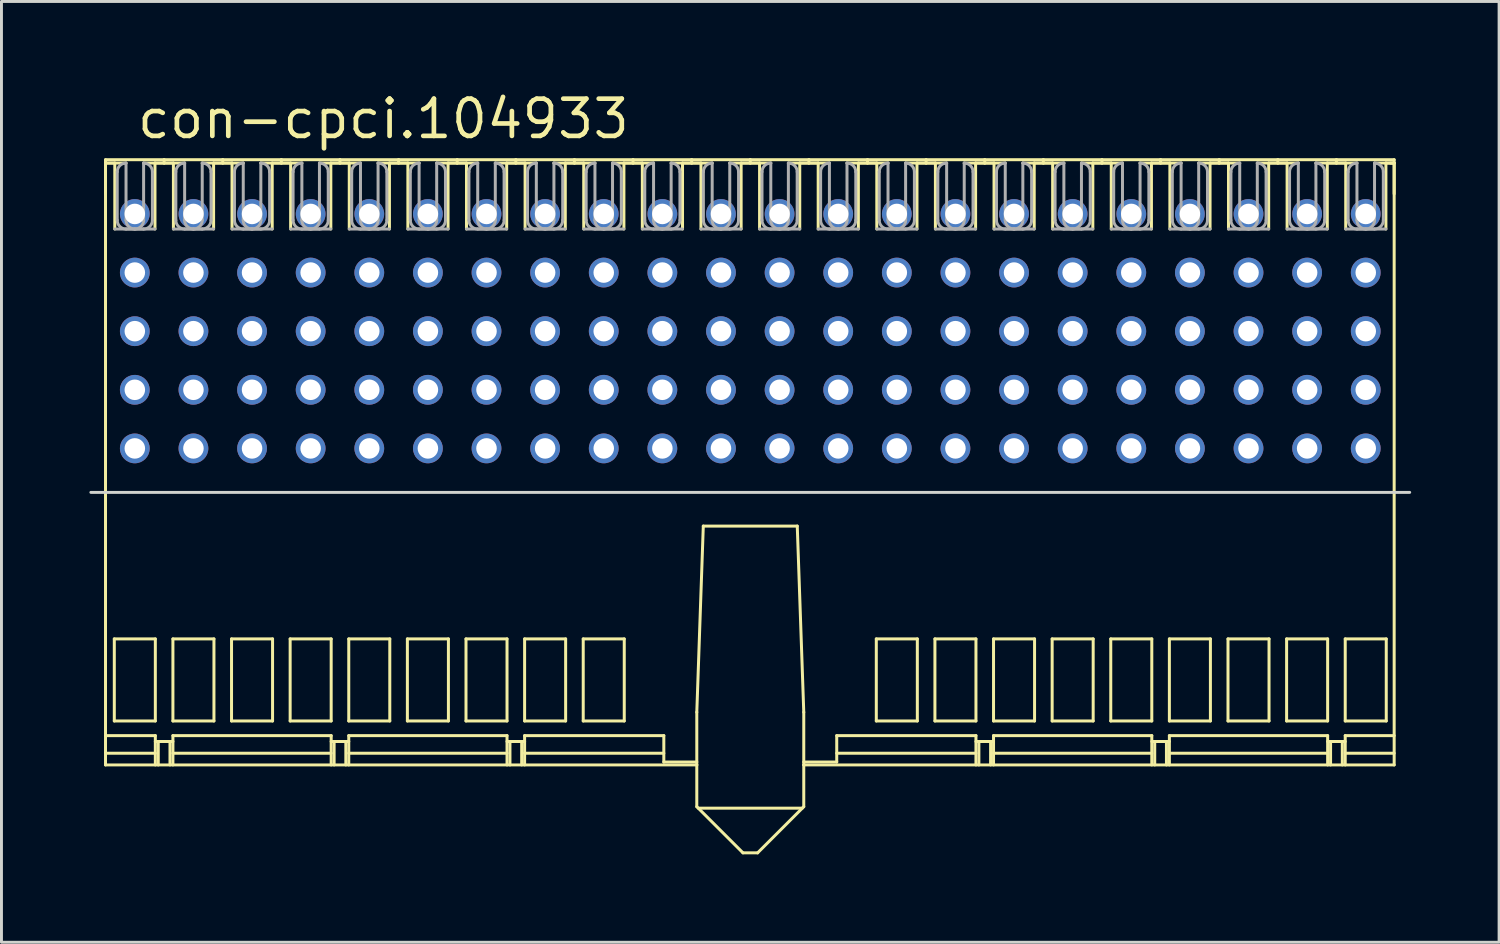
<source format=kicad_pcb>
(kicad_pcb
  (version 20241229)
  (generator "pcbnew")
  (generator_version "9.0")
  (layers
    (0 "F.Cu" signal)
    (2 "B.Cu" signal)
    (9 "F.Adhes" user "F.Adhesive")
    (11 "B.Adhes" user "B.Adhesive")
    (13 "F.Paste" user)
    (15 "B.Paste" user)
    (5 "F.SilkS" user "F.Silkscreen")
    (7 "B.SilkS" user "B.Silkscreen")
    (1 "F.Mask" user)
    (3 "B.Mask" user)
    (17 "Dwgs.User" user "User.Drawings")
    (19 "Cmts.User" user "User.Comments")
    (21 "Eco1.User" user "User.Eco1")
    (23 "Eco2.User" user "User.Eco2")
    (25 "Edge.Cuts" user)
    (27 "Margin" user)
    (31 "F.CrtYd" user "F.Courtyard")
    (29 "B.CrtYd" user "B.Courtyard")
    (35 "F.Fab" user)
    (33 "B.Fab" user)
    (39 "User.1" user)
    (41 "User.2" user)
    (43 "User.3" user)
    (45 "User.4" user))
  (footprint "con-cpci.104933"
    (layer "F.Cu")
    (at 22.55 12.25)
    (property "Reference" "con-cpci.104933" (at -21 -10.5 0) (layer "F.SilkS") (effects (font (size 1.27 1.27) (thickness 0.16)) (justify left bottom)))
    (attr through_hole)
    (fp_line (start -22 -9.85) (end -20 -9.85) (stroke (width 0.102) (type default)) (layer "F.SilkS"))
    (fp_line (start -22 -9.736) (end -22 -9.85) (stroke (width 0.102) (type default)) (layer "F.SilkS"))
    (fp_line (start -22 -9.736) (end -22 10.8) (stroke (width 0.102) (type default)) (layer "F.SilkS"))
    (fp_line (start -22 -8.686) (end -22 -9.736) (stroke (width 0.102) (type default)) (layer "F.SilkS"))
    (fp_line (start -22 9.8) (end -20.3 9.8) (stroke (width 0.102) (type default)) (layer "F.SilkS"))
    (fp_line (start -22 10.4) (end -20.3 10.4) (stroke (width 0.102) (type default)) (layer "F.SilkS"))
    (fp_line (start -22 10.8) (end -1.825 10.8) (stroke (width 0.102) (type default)) (layer "F.SilkS"))
    (fp_line (start -21.7 6.5) (end -21.7 9.3) (stroke (width 0.102) (type default)) (layer "F.SilkS"))
    (fp_line (start -21.7 9.3) (end -20.3 9.3) (stroke (width 0.102) (type default)) (layer "F.SilkS"))
    (fp_line (start -21.683 -9.736) (end -22 -9.736) (stroke (width 0.102) (type default)) (layer "F.SilkS"))
    (fp_line (start -21.683 -7.486) (end -21.683 -9.736) (stroke (width 0.102) (type default)) (layer "F.SilkS"))
    (fp_line (start -21.3 -9.736) (end -22 -9.736) (stroke (width 0.102) (type default)) (layer "F.SilkS"))
    (fp_line (start -20.312 -9.736) (end -20.312 -7.486) (stroke (width 0.102) (type default)) (layer "F.SilkS"))
    (fp_line (start -20.3 6.5) (end -21.7 6.5) (stroke (width 0.102) (type default)) (layer "F.SilkS"))
    (fp_line (start -20.3 9.3) (end -20.3 6.5) (stroke (width 0.102) (type default)) (layer "F.SilkS"))
    (fp_line (start -20.3 9.8) (end -20.3 10.8) (stroke (width 0.102) (type default)) (layer "F.SilkS"))
    (fp_line (start -20.3 10) (end -19.7 10) (stroke (width 0.102) (type default)) (layer "F.SilkS"))
    (fp_line (start -20.2 10) (end -20.2 10.8) (stroke (width 0.102) (type default)) (layer "F.SilkS"))
    (fp_line (start -20 -9.85) (end -18 -9.85) (stroke (width 0.102) (type default)) (layer "F.SilkS"))
    (fp_line (start -20 -9.736) (end -20.312 -9.736) (stroke (width 0.102) (type default)) (layer "F.SilkS"))
    (fp_line (start -20 -9.736) (end -20 -9.85) (stroke (width 0.102) (type default)) (layer "F.SilkS"))
    (fp_line (start -19.8 10) (end -19.8 10.8) (stroke (width 0.102) (type default)) (layer "F.SilkS"))
    (fp_line (start -19.7 6.5) (end -19.7 9.3) (stroke (width 0.102) (type default)) (layer "F.SilkS"))
    (fp_line (start -19.7 9.3) (end -18.3 9.3) (stroke (width 0.102) (type default)) (layer "F.SilkS"))
    (fp_line (start -19.7 9.8) (end -14.3 9.8) (stroke (width 0.102) (type default)) (layer "F.SilkS"))
    (fp_line (start -19.7 10.4) (end -14.3 10.4) (stroke (width 0.102) (type default)) (layer "F.SilkS"))
    (fp_line (start -19.7 10.8) (end -19.7 9.8) (stroke (width 0.102) (type default)) (layer "F.SilkS"))
    (fp_line (start -19.683 -9.736) (end -20 -9.736) (stroke (width 0.102) (type default)) (layer "F.SilkS"))
    (fp_line (start -19.683 -7.486) (end -19.683 -9.736) (stroke (width 0.102) (type default)) (layer "F.SilkS"))
    (fp_line (start -19.3 -9.736) (end -20.7 -9.736) (stroke (width 0.102) (type default)) (layer "F.SilkS"))
    (fp_line (start -18.312 -9.736) (end -18.312 -7.486) (stroke (width 0.102) (type default)) (layer "F.SilkS"))
    (fp_line (start -18.3 6.5) (end -19.7 6.5) (stroke (width 0.102) (type default)) (layer "F.SilkS"))
    (fp_line (start -18.3 9.3) (end -18.3 6.5) (stroke (width 0.102) (type default)) (layer "F.SilkS"))
    (fp_line (start -18 -9.85) (end -18 -9.736) (stroke (width 0.102) (type default)) (layer "F.SilkS"))
    (fp_line (start -18 -9.85) (end -16 -9.85) (stroke (width 0.102) (type default)) (layer "F.SilkS"))
    (fp_line (start -18 -9.736) (end -18.312 -9.736) (stroke (width 0.102) (type default)) (layer "F.SilkS"))
    (fp_line (start -17.7 6.5) (end -17.7 9.3) (stroke (width 0.102) (type default)) (layer "F.SilkS"))
    (fp_line (start -17.7 9.3) (end -16.3 9.3) (stroke (width 0.102) (type default)) (layer "F.SilkS"))
    (fp_line (start -17.683 -9.736) (end -18 -9.736) (stroke (width 0.102) (type default)) (layer "F.SilkS"))
    (fp_line (start -17.683 -7.486) (end -17.683 -9.736) (stroke (width 0.102) (type default)) (layer "F.SilkS"))
    (fp_line (start -17.3 -9.736) (end -18.7 -9.736) (stroke (width 0.102) (type default)) (layer "F.SilkS"))
    (fp_line (start -16.312 -9.736) (end -16.312 -7.486) (stroke (width 0.102) (type default)) (layer "F.SilkS"))
    (fp_line (start -16.3 6.5) (end -17.7 6.5) (stroke (width 0.102) (type default)) (layer "F.SilkS"))
    (fp_line (start -16.3 9.3) (end -16.3 6.5) (stroke (width 0.102) (type default)) (layer "F.SilkS"))
    (fp_line (start -16 -9.85) (end -16 -9.736) (stroke (width 0.102) (type default)) (layer "F.SilkS"))
    (fp_line (start -16 -9.85) (end -14 -9.85) (stroke (width 0.102) (type default)) (layer "F.SilkS"))
    (fp_line (start -16 -9.736) (end -16.312 -9.736) (stroke (width 0.102) (type default)) (layer "F.SilkS"))
    (fp_line (start -15.7 6.5) (end -15.7 9.3) (stroke (width 0.102) (type default)) (layer "F.SilkS"))
    (fp_line (start -15.7 9.3) (end -14.3 9.3) (stroke (width 0.102) (type default)) (layer "F.SilkS"))
    (fp_line (start -15.683 -9.736) (end -16 -9.736) (stroke (width 0.102) (type default)) (layer "F.SilkS"))
    (fp_line (start -15.683 -7.486) (end -15.683 -9.736) (stroke (width 0.102) (type default)) (layer "F.SilkS"))
    (fp_line (start -15.3 -9.736) (end -16.7 -9.736) (stroke (width 0.102) (type default)) (layer "F.SilkS"))
    (fp_line (start -14.312 -9.736) (end -14.312 -7.486) (stroke (width 0.102) (type default)) (layer "F.SilkS"))
    (fp_line (start -14.3 6.5) (end -15.7 6.5) (stroke (width 0.102) (type default)) (layer "F.SilkS"))
    (fp_line (start -14.3 9.3) (end -14.3 6.5) (stroke (width 0.102) (type default)) (layer "F.SilkS"))
    (fp_line (start -14.3 9.8) (end -14.3 10.8) (stroke (width 0.102) (type default)) (layer "F.SilkS"))
    (fp_line (start -14.3 10) (end -13.7 10) (stroke (width 0.102) (type default)) (layer "F.SilkS"))
    (fp_line (start -14.2 10) (end -14.2 10.8) (stroke (width 0.102) (type default)) (layer "F.SilkS"))
    (fp_line (start -14 -9.85) (end -14 -9.736) (stroke (width 0.102) (type default)) (layer "F.SilkS"))
    (fp_line (start -14 -9.85) (end -12 -9.85) (stroke (width 0.102) (type default)) (layer "F.SilkS"))
    (fp_line (start -14 -9.736) (end -14.312 -9.736) (stroke (width 0.102) (type default)) (layer "F.SilkS"))
    (fp_line (start -13.8 10) (end -13.8 10.8) (stroke (width 0.102) (type default)) (layer "F.SilkS"))
    (fp_line (start -13.7 6.5) (end -13.7 9.3) (stroke (width 0.102) (type default)) (layer "F.SilkS"))
    (fp_line (start -13.7 9.3) (end -12.3 9.3) (stroke (width 0.102) (type default)) (layer "F.SilkS"))
    (fp_line (start -13.7 9.8) (end -8.3 9.8) (stroke (width 0.102) (type default)) (layer "F.SilkS"))
    (fp_line (start -13.7 10.4) (end -8.3 10.4) (stroke (width 0.102) (type default)) (layer "F.SilkS"))
    (fp_line (start -13.7 10.8) (end -13.7 9.8) (stroke (width 0.102) (type default)) (layer "F.SilkS"))
    (fp_line (start -13.683 -9.736) (end -14 -9.736) (stroke (width 0.102) (type default)) (layer "F.SilkS"))
    (fp_line (start -13.683 -7.486) (end -13.683 -9.736) (stroke (width 0.102) (type default)) (layer "F.SilkS"))
    (fp_line (start -13.3 -9.736) (end -14.7 -9.736) (stroke (width 0.102) (type default)) (layer "F.SilkS"))
    (fp_line (start -12.312 -9.736) (end -12.312 -7.486) (stroke (width 0.102) (type default)) (layer "F.SilkS"))
    (fp_line (start -12.3 6.5) (end -13.7 6.5) (stroke (width 0.102) (type default)) (layer "F.SilkS"))
    (fp_line (start -12.3 9.3) (end -12.3 6.5) (stroke (width 0.102) (type default)) (layer "F.SilkS"))
    (fp_line (start -12 -9.85) (end -12 -9.736) (stroke (width 0.102) (type default)) (layer "F.SilkS"))
    (fp_line (start -12 -9.85) (end -10 -9.85) (stroke (width 0.102) (type default)) (layer "F.SilkS"))
    (fp_line (start -12 -9.736) (end -12.312 -9.736) (stroke (width 0.102) (type default)) (layer "F.SilkS"))
    (fp_line (start -11.7 6.5) (end -11.7 9.3) (stroke (width 0.102) (type default)) (layer "F.SilkS"))
    (fp_line (start -11.7 9.3) (end -10.3 9.3) (stroke (width 0.102) (type default)) (layer "F.SilkS"))
    (fp_line (start -11.683 -9.736) (end -12 -9.736) (stroke (width 0.102) (type default)) (layer "F.SilkS"))
    (fp_line (start -11.683 -7.486) (end -11.683 -9.736) (stroke (width 0.102) (type default)) (layer "F.SilkS"))
    (fp_line (start -11.3 -9.736) (end -12.7 -9.736) (stroke (width 0.102) (type default)) (layer "F.SilkS"))
    (fp_line (start -10.312 -9.736) (end -10.312 -7.486) (stroke (width 0.102) (type default)) (layer "F.SilkS"))
    (fp_line (start -10.3 6.5) (end -11.7 6.5) (stroke (width 0.102) (type default)) (layer "F.SilkS"))
    (fp_line (start -10.3 9.3) (end -10.3 6.5) (stroke (width 0.102) (type default)) (layer "F.SilkS"))
    (fp_line (start -10 -9.85) (end -10 -9.736) (stroke (width 0.102) (type default)) (layer "F.SilkS"))
    (fp_line (start -10 -9.85) (end -8 -9.85) (stroke (width 0.102) (type default)) (layer "F.SilkS"))
    (fp_line (start -10 -9.736) (end -10.312 -9.736) (stroke (width 0.102) (type default)) (layer "F.SilkS"))
    (fp_line (start -9.7 6.5) (end -9.7 9.3) (stroke (width 0.102) (type default)) (layer "F.SilkS"))
    (fp_line (start -9.7 9.3) (end -8.3 9.3) (stroke (width 0.102) (type default)) (layer "F.SilkS"))
    (fp_line (start -9.683 -9.736) (end -10 -9.736) (stroke (width 0.102) (type default)) (layer "F.SilkS"))
    (fp_line (start -9.683 -7.486) (end -9.683 -9.736) (stroke (width 0.102) (type default)) (layer "F.SilkS"))
    (fp_line (start -9.3 -9.736) (end -10.7 -9.736) (stroke (width 0.102) (type default)) (layer "F.SilkS"))
    (fp_line (start -8.312 -9.736) (end -8.312 -7.486) (stroke (width 0.102) (type default)) (layer "F.SilkS"))
    (fp_line (start -8.3 6.5) (end -9.7 6.5) (stroke (width 0.102) (type default)) (layer "F.SilkS"))
    (fp_line (start -8.3 9.3) (end -8.3 6.5) (stroke (width 0.102) (type default)) (layer "F.SilkS"))
    (fp_line (start -8.3 9.8) (end -8.3 10.8) (stroke (width 0.102) (type default)) (layer "F.SilkS"))
    (fp_line (start -8.3 10) (end -7.7 10) (stroke (width 0.102) (type default)) (layer "F.SilkS"))
    (fp_line (start -8.2 10) (end -8.2 10.8) (stroke (width 0.102) (type default)) (layer "F.SilkS"))
    (fp_line (start -8 -9.85) (end -8 -9.736) (stroke (width 0.102) (type default)) (layer "F.SilkS"))
    (fp_line (start -8 -9.85) (end -6 -9.85) (stroke (width 0.102) (type default)) (layer "F.SilkS"))
    (fp_line (start -8 -9.736) (end -8.312 -9.736) (stroke (width 0.102) (type default)) (layer "F.SilkS"))
    (fp_line (start -7.8 10) (end -7.8 10.8) (stroke (width 0.102) (type default)) (layer "F.SilkS"))
    (fp_line (start -7.7 6.5) (end -7.7 9.3) (stroke (width 0.102) (type default)) (layer "F.SilkS"))
    (fp_line (start -7.7 9.3) (end -6.3 9.3) (stroke (width 0.102) (type default)) (layer "F.SilkS"))
    (fp_line (start -7.7 9.8) (end -2.95 9.8) (stroke (width 0.102) (type default)) (layer "F.SilkS"))
    (fp_line (start -7.7 10.4) (end -2.95 10.4) (stroke (width 0.102) (type default)) (layer "F.SilkS"))
    (fp_line (start -7.7 10.8) (end -7.7 9.8) (stroke (width 0.102) (type default)) (layer "F.SilkS"))
    (fp_line (start -7.683 -9.736) (end -8 -9.736) (stroke (width 0.102) (type default)) (layer "F.SilkS"))
    (fp_line (start -7.683 -7.486) (end -7.683 -9.736) (stroke (width 0.102) (type default)) (layer "F.SilkS"))
    (fp_line (start -7.3 -9.736) (end -8.7 -9.736) (stroke (width 0.102) (type default)) (layer "F.SilkS"))
    (fp_line (start -6.312 -9.736) (end -6.312 -7.486) (stroke (width 0.102) (type default)) (layer "F.SilkS"))
    (fp_line (start -6.3 6.5) (end -7.7 6.5) (stroke (width 0.102) (type default)) (layer "F.SilkS"))
    (fp_line (start -6.3 9.3) (end -6.3 6.5) (stroke (width 0.102) (type default)) (layer "F.SilkS"))
    (fp_line (start -6 -9.85) (end -6 -9.736) (stroke (width 0.102) (type default)) (layer "F.SilkS"))
    (fp_line (start -6 -9.85) (end -4 -9.85) (stroke (width 0.102) (type default)) (layer "F.SilkS"))
    (fp_line (start -6 -9.736) (end -6.312 -9.736) (stroke (width 0.102) (type default)) (layer "F.SilkS"))
    (fp_line (start -5.7 6.5) (end -5.7 9.3) (stroke (width 0.102) (type default)) (layer "F.SilkS"))
    (fp_line (start -5.7 9.3) (end -4.3 9.3) (stroke (width 0.102) (type default)) (layer "F.SilkS"))
    (fp_line (start -5.683 -9.736) (end -6 -9.736) (stroke (width 0.102) (type default)) (layer "F.SilkS"))
    (fp_line (start -5.683 -7.486) (end -5.683 -9.736) (stroke (width 0.102) (type default)) (layer "F.SilkS"))
    (fp_line (start -5.3 -9.736) (end -6.7 -9.736) (stroke (width 0.102) (type default)) (layer "F.SilkS"))
    (fp_line (start -4.312 -9.736) (end -4.312 -7.486) (stroke (width 0.102) (type default)) (layer "F.SilkS"))
    (fp_line (start -4.3 6.5) (end -5.7 6.5) (stroke (width 0.102) (type default)) (layer "F.SilkS"))
    (fp_line (start -4.3 9.3) (end -4.3 6.5) (stroke (width 0.102) (type default)) (layer "F.SilkS"))
    (fp_line (start -4 -9.85) (end -4 -9.736) (stroke (width 0.102) (type default)) (layer "F.SilkS"))
    (fp_line (start -4 -9.85) (end -2 -9.85) (stroke (width 0.102) (type default)) (layer "F.SilkS"))
    (fp_line (start -4 -9.736) (end -4.312 -9.736) (stroke (width 0.102) (type default)) (layer "F.SilkS"))
    (fp_line (start -3.683 -9.736) (end -4 -9.736) (stroke (width 0.102) (type default)) (layer "F.SilkS"))
    (fp_line (start -3.683 -7.486) (end -3.683 -9.736) (stroke (width 0.102) (type default)) (layer "F.SilkS"))
    (fp_line (start -3.3 -9.736) (end -4.7 -9.736) (stroke (width 0.102) (type default)) (layer "F.SilkS"))
    (fp_line (start -2.95 9.8) (end -2.95 10.7) (stroke (width 0.102) (type default)) (layer "F.SilkS"))
    (fp_line (start -2.95 10.7) (end -1.825 10.7) (stroke (width 0.102) (type default)) (layer "F.SilkS"))
    (fp_line (start -2.312 -9.736) (end -2.312 -7.486) (stroke (width 0.102) (type default)) (layer "F.SilkS"))
    (fp_line (start -2 -9.85) (end -2 -9.736) (stroke (width 0.102) (type default)) (layer "F.SilkS"))
    (fp_line (start -2 -9.85) (end 0 -9.85) (stroke (width 0.102) (type default)) (layer "F.SilkS"))
    (fp_line (start -2 -9.736) (end -2.312 -9.736) (stroke (width 0.102) (type default)) (layer "F.SilkS"))
    (fp_line (start -1.825 9) (end -1.825 10.8) (stroke (width 0.102) (type default)) (layer "F.SilkS"))
    (fp_line (start -1.825 10.8) (end -1.825 12.225) (stroke (width 0.102) (type default)) (layer "F.SilkS"))
    (fp_line (start -1.825 12.225) (end -0.25 13.8) (stroke (width 0.102) (type default)) (layer "F.SilkS"))
    (fp_line (start -1.775 12.275) (end 1.775 12.275) (stroke (width 0.102) (type default)) (layer "F.SilkS"))
    (fp_line (start -1.683 -9.736) (end -2 -9.736) (stroke (width 0.102) (type default)) (layer "F.SilkS"))
    (fp_line (start -1.683 -7.486) (end -1.683 -9.736) (stroke (width 0.102) (type default)) (layer "F.SilkS"))
    (fp_line (start -1.603 2.65) (end -1.825 9) (stroke (width 0.102) (type default)) (layer "F.SilkS"))
    (fp_line (start -1.3 -9.736) (end -2.7 -9.736) (stroke (width 0.102) (type default)) (layer "F.SilkS"))
    (fp_line (start -0.312 -9.736) (end -0.312 -7.486) (stroke (width 0.102) (type default)) (layer "F.SilkS"))
    (fp_line (start -0.25 13.8) (end 0.25 13.8) (stroke (width 0.102) (type default)) (layer "F.SilkS"))
    (fp_line (start 0 -9.85) (end 0 -9.736) (stroke (width 0.102) (type default)) (layer "F.SilkS"))
    (fp_line (start 0 -9.85) (end 2 -9.85) (stroke (width 0.102) (type default)) (layer "F.SilkS"))
    (fp_line (start 0 -9.736) (end -0.312 -9.736) (stroke (width 0.102) (type default)) (layer "F.SilkS"))
    (fp_line (start 0.25 13.8) (end 1.825 12.225) (stroke (width 0.102) (type default)) (layer "F.SilkS"))
    (fp_line (start 0.317 -9.736) (end 0 -9.736) (stroke (width 0.102) (type default)) (layer "F.SilkS"))
    (fp_line (start 0.317 -7.486) (end 0.317 -9.736) (stroke (width 0.102) (type default)) (layer "F.SilkS"))
    (fp_line (start 0.7 -9.736) (end -0.7 -9.736) (stroke (width 0.102) (type default)) (layer "F.SilkS"))
    (fp_line (start 1.603 2.65) (end -1.603 2.65) (stroke (width 0.102) (type default)) (layer "F.SilkS"))
    (fp_line (start 1.688 -9.736) (end 1.688 -7.486) (stroke (width 0.102) (type default)) (layer "F.SilkS"))
    (fp_line (start 1.825 9) (end 1.603 2.65) (stroke (width 0.102) (type default)) (layer "F.SilkS"))
    (fp_line (start 1.825 10.7) (end 2.95 10.7) (stroke (width 0.102) (type default)) (layer "F.SilkS"))
    (fp_line (start 1.825 10.8) (end 1.825 9) (stroke (width 0.102) (type default)) (layer "F.SilkS"))
    (fp_line (start 1.825 10.8) (end 21.97 10.8) (stroke (width 0.102) (type default)) (layer "F.SilkS"))
    (fp_line (start 1.825 12.225) (end 1.825 10.8) (stroke (width 0.102) (type default)) (layer "F.SilkS"))
    (fp_line (start 2 -9.85) (end 2 -9.736) (stroke (width 0.102) (type default)) (layer "F.SilkS"))
    (fp_line (start 2 -9.85) (end 4 -9.85) (stroke (width 0.102) (type default)) (layer "F.SilkS"))
    (fp_line (start 2 -9.736) (end 1.688 -9.736) (stroke (width 0.102) (type default)) (layer "F.SilkS"))
    (fp_line (start 2.317 -9.736) (end 2 -9.736) (stroke (width 0.102) (type default)) (layer "F.SilkS"))
    (fp_line (start 2.317 -7.486) (end 2.317 -9.736) (stroke (width 0.102) (type default)) (layer "F.SilkS"))
    (fp_line (start 2.7 -9.736) (end 1.3 -9.736) (stroke (width 0.102) (type default)) (layer "F.SilkS"))
    (fp_line (start 2.95 9.8) (end 7.7 9.8) (stroke (width 0.102) (type default)) (layer "F.SilkS"))
    (fp_line (start 2.95 10.7) (end 2.95 9.8) (stroke (width 0.102) (type default)) (layer "F.SilkS"))
    (fp_line (start 3.688 -9.736) (end 3.688 -7.486) (stroke (width 0.102) (type default)) (layer "F.SilkS"))
    (fp_line (start 4 -9.85) (end 4 -9.736) (stroke (width 0.102) (type default)) (layer "F.SilkS"))
    (fp_line (start 4 -9.85) (end 6 -9.85) (stroke (width 0.102) (type default)) (layer "F.SilkS"))
    (fp_line (start 4 -9.736) (end 3.688 -9.736) (stroke (width 0.102) (type default)) (layer "F.SilkS"))
    (fp_line (start 4.3 6.5) (end 5.7 6.5) (stroke (width 0.102) (type default)) (layer "F.SilkS"))
    (fp_line (start 4.3 9.3) (end 4.3 6.5) (stroke (width 0.102) (type default)) (layer "F.SilkS"))
    (fp_line (start 4.317 -9.736) (end 4 -9.736) (stroke (width 0.102) (type default)) (layer "F.SilkS"))
    (fp_line (start 4.317 -7.486) (end 4.317 -9.736) (stroke (width 0.102) (type default)) (layer "F.SilkS"))
    (fp_line (start 4.7 -9.736) (end 3.3 -9.736) (stroke (width 0.102) (type default)) (layer "F.SilkS"))
    (fp_line (start 5.688 -9.736) (end 5.688 -7.486) (stroke (width 0.102) (type default)) (layer "F.SilkS"))
    (fp_line (start 5.7 6.5) (end 5.7 9.3) (stroke (width 0.102) (type default)) (layer "F.SilkS"))
    (fp_line (start 5.7 9.3) (end 4.3 9.3) (stroke (width 0.102) (type default)) (layer "F.SilkS"))
    (fp_line (start 6 -9.85) (end 6 -9.736) (stroke (width 0.102) (type default)) (layer "F.SilkS"))
    (fp_line (start 6 -9.85) (end 8 -9.85) (stroke (width 0.102) (type default)) (layer "F.SilkS"))
    (fp_line (start 6 -9.736) (end 5.688 -9.736) (stroke (width 0.102) (type default)) (layer "F.SilkS"))
    (fp_line (start 6.3 6.5) (end 7.7 6.5) (stroke (width 0.102) (type default)) (layer "F.SilkS"))
    (fp_line (start 6.3 9.3) (end 6.3 6.5) (stroke (width 0.102) (type default)) (layer "F.SilkS"))
    (fp_line (start 6.317 -9.736) (end 6 -9.736) (stroke (width 0.102) (type default)) (layer "F.SilkS"))
    (fp_line (start 6.317 -7.486) (end 6.317 -9.736) (stroke (width 0.102) (type default)) (layer "F.SilkS"))
    (fp_line (start 6.7 -9.736) (end 5.3 -9.736) (stroke (width 0.102) (type default)) (layer "F.SilkS"))
    (fp_line (start 7.688 -9.736) (end 7.688 -7.486) (stroke (width 0.102) (type default)) (layer "F.SilkS"))
    (fp_line (start 7.7 6.5) (end 7.7 9.3) (stroke (width 0.102) (type default)) (layer "F.SilkS"))
    (fp_line (start 7.7 9.3) (end 6.3 9.3) (stroke (width 0.102) (type default)) (layer "F.SilkS"))
    (fp_line (start 7.7 9.8) (end 7.7 10.8) (stroke (width 0.102) (type default)) (layer "F.SilkS"))
    (fp_line (start 7.7 10.4) (end 2.95 10.4) (stroke (width 0.102) (type default)) (layer "F.SilkS"))
    (fp_line (start 7.8 10) (end 7.8 10.8) (stroke (width 0.102) (type default)) (layer "F.SilkS"))
    (fp_line (start 8 -9.85) (end 8 -9.736) (stroke (width 0.102) (type default)) (layer "F.SilkS"))
    (fp_line (start 8 -9.85) (end 10 -9.85) (stroke (width 0.102) (type default)) (layer "F.SilkS"))
    (fp_line (start 8 -9.736) (end 7.688 -9.736) (stroke (width 0.102) (type default)) (layer "F.SilkS"))
    (fp_line (start 8.2 10) (end 8.2 10.8) (stroke (width 0.102) (type default)) (layer "F.SilkS"))
    (fp_line (start 8.3 6.5) (end 9.7 6.5) (stroke (width 0.102) (type default)) (layer "F.SilkS"))
    (fp_line (start 8.3 9.3) (end 8.3 6.5) (stroke (width 0.102) (type default)) (layer "F.SilkS"))
    (fp_line (start 8.3 9.8) (end 8.3 10.8) (stroke (width 0.102) (type default)) (layer "F.SilkS"))
    (fp_line (start 8.3 10) (end 7.7 10) (stroke (width 0.102) (type default)) (layer "F.SilkS"))
    (fp_line (start 8.317 -9.736) (end 8 -9.736) (stroke (width 0.102) (type default)) (layer "F.SilkS"))
    (fp_line (start 8.317 -7.486) (end 8.317 -9.736) (stroke (width 0.102) (type default)) (layer "F.SilkS"))
    (fp_line (start 8.7 -9.736) (end 7.3 -9.736) (stroke (width 0.102) (type default)) (layer "F.SilkS"))
    (fp_line (start 9.688 -9.736) (end 9.688 -7.486) (stroke (width 0.102) (type default)) (layer "F.SilkS"))
    (fp_line (start 9.7 6.5) (end 9.7 9.3) (stroke (width 0.102) (type default)) (layer "F.SilkS"))
    (fp_line (start 9.7 9.3) (end 8.3 9.3) (stroke (width 0.102) (type default)) (layer "F.SilkS"))
    (fp_line (start 10 -9.85) (end 10 -9.736) (stroke (width 0.102) (type default)) (layer "F.SilkS"))
    (fp_line (start 10 -9.85) (end 12 -9.85) (stroke (width 0.102) (type default)) (layer "F.SilkS"))
    (fp_line (start 10 -9.736) (end 9.688 -9.736) (stroke (width 0.102) (type default)) (layer "F.SilkS"))
    (fp_line (start 10.3 6.5) (end 11.7 6.5) (stroke (width 0.102) (type default)) (layer "F.SilkS"))
    (fp_line (start 10.3 9.3) (end 10.3 6.5) (stroke (width 0.102) (type default)) (layer "F.SilkS"))
    (fp_line (start 10.317 -9.736) (end 10 -9.736) (stroke (width 0.102) (type default)) (layer "F.SilkS"))
    (fp_line (start 10.317 -7.486) (end 10.317 -9.736) (stroke (width 0.102) (type default)) (layer "F.SilkS"))
    (fp_line (start 10.7 -9.736) (end 9.3 -9.736) (stroke (width 0.102) (type default)) (layer "F.SilkS"))
    (fp_line (start 11.688 -9.736) (end 11.688 -7.486) (stroke (width 0.102) (type default)) (layer "F.SilkS"))
    (fp_line (start 11.7 6.5) (end 11.7 9.3) (stroke (width 0.102) (type default)) (layer "F.SilkS"))
    (fp_line (start 11.7 9.3) (end 10.3 9.3) (stroke (width 0.102) (type default)) (layer "F.SilkS"))
    (fp_line (start 12 -9.85) (end 12 -9.736) (stroke (width 0.102) (type default)) (layer "F.SilkS"))
    (fp_line (start 12 -9.85) (end 14 -9.85) (stroke (width 0.102) (type default)) (layer "F.SilkS"))
    (fp_line (start 12 -9.736) (end 11.688 -9.736) (stroke (width 0.102) (type default)) (layer "F.SilkS"))
    (fp_line (start 12.3 6.5) (end 13.7 6.5) (stroke (width 0.102) (type default)) (layer "F.SilkS"))
    (fp_line (start 12.3 9.3) (end 12.3 6.5) (stroke (width 0.102) (type default)) (layer "F.SilkS"))
    (fp_line (start 12.317 -9.736) (end 12 -9.736) (stroke (width 0.102) (type default)) (layer "F.SilkS"))
    (fp_line (start 12.317 -7.486) (end 12.317 -9.736) (stroke (width 0.102) (type default)) (layer "F.SilkS"))
    (fp_line (start 12.7 -9.736) (end 11.3 -9.736) (stroke (width 0.102) (type default)) (layer "F.SilkS"))
    (fp_line (start 13.688 -9.736) (end 13.688 -7.486) (stroke (width 0.102) (type default)) (layer "F.SilkS"))
    (fp_line (start 13.7 6.5) (end 13.7 9.3) (stroke (width 0.102) (type default)) (layer "F.SilkS"))
    (fp_line (start 13.7 9.3) (end 12.3 9.3) (stroke (width 0.102) (type default)) (layer "F.SilkS"))
    (fp_line (start 13.7 9.8) (end 8.3 9.8) (stroke (width 0.102) (type default)) (layer "F.SilkS"))
    (fp_line (start 13.7 10.4) (end 8.3 10.4) (stroke (width 0.102) (type default)) (layer "F.SilkS"))
    (fp_line (start 13.7 10.8) (end 13.7 9.8) (stroke (width 0.102) (type default)) (layer "F.SilkS"))
    (fp_line (start 13.8 10) (end 13.8 10.8) (stroke (width 0.102) (type default)) (layer "F.SilkS"))
    (fp_line (start 14 -9.85) (end 14 -9.736) (stroke (width 0.102) (type default)) (layer "F.SilkS"))
    (fp_line (start 14 -9.85) (end 16 -9.85) (stroke (width 0.102) (type default)) (layer "F.SilkS"))
    (fp_line (start 14 -9.736) (end 13.688 -9.736) (stroke (width 0.102) (type default)) (layer "F.SilkS"))
    (fp_line (start 14.2 10) (end 14.2 10.8) (stroke (width 0.102) (type default)) (layer "F.SilkS"))
    (fp_line (start 14.3 6.5) (end 15.7 6.5) (stroke (width 0.102) (type default)) (layer "F.SilkS"))
    (fp_line (start 14.3 9.3) (end 14.3 6.5) (stroke (width 0.102) (type default)) (layer "F.SilkS"))
    (fp_line (start 14.3 9.8) (end 14.3 10.8) (stroke (width 0.102) (type default)) (layer "F.SilkS"))
    (fp_line (start 14.3 10) (end 13.7 10) (stroke (width 0.102) (type default)) (layer "F.SilkS"))
    (fp_line (start 14.317 -9.736) (end 14 -9.736) (stroke (width 0.102) (type default)) (layer "F.SilkS"))
    (fp_line (start 14.317 -7.486) (end 14.317 -9.736) (stroke (width 0.102) (type default)) (layer "F.SilkS"))
    (fp_line (start 14.7 -9.736) (end 13.3 -9.736) (stroke (width 0.102) (type default)) (layer "F.SilkS"))
    (fp_line (start 15.688 -9.736) (end 15.688 -7.486) (stroke (width 0.102) (type default)) (layer "F.SilkS"))
    (fp_line (start 15.7 6.5) (end 15.7 9.3) (stroke (width 0.102) (type default)) (layer "F.SilkS"))
    (fp_line (start 15.7 9.3) (end 14.3 9.3) (stroke (width 0.102) (type default)) (layer "F.SilkS"))
    (fp_line (start 16 -9.85) (end 16 -9.736) (stroke (width 0.102) (type default)) (layer "F.SilkS"))
    (fp_line (start 16 -9.85) (end 18 -9.85) (stroke (width 0.102) (type default)) (layer "F.SilkS"))
    (fp_line (start 16 -9.736) (end 15.688 -9.736) (stroke (width 0.102) (type default)) (layer "F.SilkS"))
    (fp_line (start 16.3 6.5) (end 17.7 6.5) (stroke (width 0.102) (type default)) (layer "F.SilkS"))
    (fp_line (start 16.3 9.3) (end 16.3 6.5) (stroke (width 0.102) (type default)) (layer "F.SilkS"))
    (fp_line (start 16.317 -9.736) (end 16 -9.736) (stroke (width 0.102) (type default)) (layer "F.SilkS"))
    (fp_line (start 16.317 -7.486) (end 16.317 -9.736) (stroke (width 0.102) (type default)) (layer "F.SilkS"))
    (fp_line (start 16.7 -9.736) (end 15.3 -9.736) (stroke (width 0.102) (type default)) (layer "F.SilkS"))
    (fp_line (start 17.688 -9.736) (end 17.688 -7.486) (stroke (width 0.102) (type default)) (layer "F.SilkS"))
    (fp_line (start 17.7 6.5) (end 17.7 9.3) (stroke (width 0.102) (type default)) (layer "F.SilkS"))
    (fp_line (start 17.7 9.3) (end 16.3 9.3) (stroke (width 0.102) (type default)) (layer "F.SilkS"))
    (fp_line (start 18 -9.85) (end 18 -9.736) (stroke (width 0.102) (type default)) (layer "F.SilkS"))
    (fp_line (start 18 -9.85) (end 20 -9.85) (stroke (width 0.102) (type default)) (layer "F.SilkS"))
    (fp_line (start 18 -9.736) (end 17.688 -9.736) (stroke (width 0.102) (type default)) (layer "F.SilkS"))
    (fp_line (start 18.3 6.5) (end 19.7 6.5) (stroke (width 0.102) (type default)) (layer "F.SilkS"))
    (fp_line (start 18.3 9.3) (end 18.3 6.5) (stroke (width 0.102) (type default)) (layer "F.SilkS"))
    (fp_line (start 18.317 -9.736) (end 18 -9.736) (stroke (width 0.102) (type default)) (layer "F.SilkS"))
    (fp_line (start 18.317 -7.486) (end 18.317 -9.736) (stroke (width 0.102) (type default)) (layer "F.SilkS"))
    (fp_line (start 18.7 -9.736) (end 17.3 -9.736) (stroke (width 0.102) (type default)) (layer "F.SilkS"))
    (fp_line (start 19.688 -9.736) (end 19.688 -7.486) (stroke (width 0.102) (type default)) (layer "F.SilkS"))
    (fp_line (start 19.7 6.5) (end 19.7 9.3) (stroke (width 0.102) (type default)) (layer "F.SilkS"))
    (fp_line (start 19.7 9.3) (end 18.3 9.3) (stroke (width 0.102) (type default)) (layer "F.SilkS"))
    (fp_line (start 19.7 9.8) (end 14.3 9.8) (stroke (width 0.102) (type default)) (layer "F.SilkS"))
    (fp_line (start 19.7 10.4) (end 14.3 10.4) (stroke (width 0.102) (type default)) (layer "F.SilkS"))
    (fp_line (start 19.7 10.8) (end 19.7 9.8) (stroke (width 0.102) (type default)) (layer "F.SilkS"))
    (fp_line (start 19.8 10) (end 19.8 10.8) (stroke (width 0.102) (type default)) (layer "F.SilkS"))
    (fp_line (start 20 -9.85) (end 20 -9.736) (stroke (width 0.102) (type default)) (layer "F.SilkS"))
    (fp_line (start 20 -9.85) (end 21.97 -9.85) (stroke (width 0.102) (type default)) (layer "F.SilkS"))
    (fp_line (start 20 -9.736) (end 19.688 -9.736) (stroke (width 0.102) (type default)) (layer "F.SilkS"))
    (fp_line (start 20.2 10) (end 20.2 10.8) (stroke (width 0.102) (type default)) (layer "F.SilkS"))
    (fp_line (start 20.3 6.5) (end 21.7 6.5) (stroke (width 0.102) (type default)) (layer "F.SilkS"))
    (fp_line (start 20.3 9.3) (end 20.3 6.5) (stroke (width 0.102) (type default)) (layer "F.SilkS"))
    (fp_line (start 20.3 9.8) (end 20.3 10.8) (stroke (width 0.102) (type default)) (layer "F.SilkS"))
    (fp_line (start 20.3 10) (end 19.7 10) (stroke (width 0.102) (type default)) (layer "F.SilkS"))
    (fp_line (start 20.317 -9.736) (end 20 -9.736) (stroke (width 0.102) (type default)) (layer "F.SilkS"))
    (fp_line (start 20.317 -7.486) (end 20.317 -9.736) (stroke (width 0.102) (type default)) (layer "F.SilkS"))
    (fp_line (start 20.7 -9.736) (end 19.3 -9.736) (stroke (width 0.102) (type default)) (layer "F.SilkS"))
    (fp_line (start 21.688 -9.736) (end 21.688 -7.486) (stroke (width 0.102) (type default)) (layer "F.SilkS"))
    (fp_line (start 21.7 6.5) (end 21.7 9.3) (stroke (width 0.102) (type default)) (layer "F.SilkS"))
    (fp_line (start 21.7 9.3) (end 20.3 9.3) (stroke (width 0.102) (type default)) (layer "F.SilkS"))
    (fp_line (start 21.97 -9.85) (end 21.97 -9.736) (stroke (width 0.102) (type default)) (layer "F.SilkS"))
    (fp_line (start 21.97 -9.736) (end 21.3 -9.736) (stroke (width 0.102) (type default)) (layer "F.SilkS"))
    (fp_line (start 21.97 -9.736) (end 21.688 -9.736) (stroke (width 0.102) (type default)) (layer "F.SilkS"))
    (fp_line (start 21.97 -9.736) (end 21.847 -9.736) (stroke (width 0.102) (type default)) (layer "F.SilkS"))
    (fp_line (start 21.97 -9.736) (end 21.97 -8.686) (stroke (width 0.102) (type default)) (layer "F.SilkS"))
    (fp_line (start 21.97 9.8) (end 20.3 9.8) (stroke (width 0.102) (type default)) (layer "F.SilkS"))
    (fp_line (start 21.97 10.4) (end 20.3 10.4) (stroke (width 0.102) (type default)) (layer "F.SilkS"))
    (fp_line (start 21.97 10.8) (end 21.97 -9.736) (stroke (width 0.102) (type default)) (layer "F.SilkS"))
    (fp_line (start -22.5 1.5) (end 22.5 1.5) (stroke (width 0.1) (type default)) (layer "Edge.Cuts"))
    (fp_line (start -21.6 -9.436) (end -21.6 -7.786) (stroke (width 0.102) (type default)) (layer "F.Fab"))
    (fp_line (start -21.3 -7.786) (end -21.3 -9.736) (stroke (width 0.102) (type default)) (layer "F.Fab"))
    (fp_line (start -21.3 -7.486) (end -21 -7.486) (stroke (width 0.102) (type default)) (layer "F.Fab"))
    (fp_line (start -21 -7.486) (end -20.7 -7.486) (stroke (width 0.102) (type default)) (layer "F.Fab"))
    (fp_line (start -20.7 -9.736) (end -20.7 -7.786) (stroke (width 0.102) (type default)) (layer "F.Fab"))
    (fp_line (start -20.4 -7.786) (end -20.4 -9.436) (stroke (width 0.102) (type default)) (layer "F.Fab"))
    (fp_line (start -20.312 -7.486) (end -21.683 -7.486) (stroke (width 0.102) (type default)) (layer "F.Fab"))
    (fp_line (start -19.6 -9.436) (end -19.6 -7.786) (stroke (width 0.102) (type default)) (layer "F.Fab"))
    (fp_line (start -19.3 -7.786) (end -19.3 -9.736) (stroke (width 0.102) (type default)) (layer "F.Fab"))
    (fp_line (start -19.3 -7.486) (end -19 -7.486) (stroke (width 0.102) (type default)) (layer "F.Fab"))
    (fp_line (start -19 -7.486) (end -18.7 -7.486) (stroke (width 0.102) (type default)) (layer "F.Fab"))
    (fp_line (start -18.7 -9.736) (end -18.7 -7.786) (stroke (width 0.102) (type default)) (layer "F.Fab"))
    (fp_line (start -18.4 -7.786) (end -18.4 -9.436) (stroke (width 0.102) (type default)) (layer "F.Fab"))
    (fp_line (start -18.312 -7.486) (end -19.683 -7.486) (stroke (width 0.102) (type default)) (layer "F.Fab"))
    (fp_line (start -17.6 -9.436) (end -17.6 -7.786) (stroke (width 0.102) (type default)) (layer "F.Fab"))
    (fp_line (start -17.3 -7.786) (end -17.3 -9.736) (stroke (width 0.102) (type default)) (layer "F.Fab"))
    (fp_line (start -17.3 -7.486) (end -17 -7.486) (stroke (width 0.102) (type default)) (layer "F.Fab"))
    (fp_line (start -17 -7.486) (end -16.7 -7.486) (stroke (width 0.102) (type default)) (layer "F.Fab"))
    (fp_line (start -16.7 -9.736) (end -16.7 -7.786) (stroke (width 0.102) (type default)) (layer "F.Fab"))
    (fp_line (start -16.4 -7.786) (end -16.4 -9.436) (stroke (width 0.102) (type default)) (layer "F.Fab"))
    (fp_line (start -16.312 -7.486) (end -17.683 -7.486) (stroke (width 0.102) (type default)) (layer "F.Fab"))
    (fp_line (start -15.6 -9.436) (end -15.6 -7.786) (stroke (width 0.102) (type default)) (layer "F.Fab"))
    (fp_line (start -15.3 -7.786) (end -15.3 -9.736) (stroke (width 0.102) (type default)) (layer "F.Fab"))
    (fp_line (start -15.3 -7.486) (end -15 -7.486) (stroke (width 0.102) (type default)) (layer "F.Fab"))
    (fp_line (start -15 -7.486) (end -14.7 -7.486) (stroke (width 0.102) (type default)) (layer "F.Fab"))
    (fp_line (start -14.7 -9.736) (end -14.7 -7.786) (stroke (width 0.102) (type default)) (layer "F.Fab"))
    (fp_line (start -14.4 -7.786) (end -14.4 -9.436) (stroke (width 0.102) (type default)) (layer "F.Fab"))
    (fp_line (start -14.312 -7.486) (end -15.683 -7.486) (stroke (width 0.102) (type default)) (layer "F.Fab"))
    (fp_line (start -13.6 -9.436) (end -13.6 -7.786) (stroke (width 0.102) (type default)) (layer "F.Fab"))
    (fp_line (start -13.3 -7.786) (end -13.3 -9.736) (stroke (width 0.102) (type default)) (layer "F.Fab"))
    (fp_line (start -13.3 -7.486) (end -13 -7.486) (stroke (width 0.102) (type default)) (layer "F.Fab"))
    (fp_line (start -13 -7.486) (end -12.7 -7.486) (stroke (width 0.102) (type default)) (layer "F.Fab"))
    (fp_line (start -12.7 -9.736) (end -12.7 -7.786) (stroke (width 0.102) (type default)) (layer "F.Fab"))
    (fp_line (start -12.4 -7.786) (end -12.4 -9.436) (stroke (width 0.102) (type default)) (layer "F.Fab"))
    (fp_line (start -12.312 -7.486) (end -13.683 -7.486) (stroke (width 0.102) (type default)) (layer "F.Fab"))
    (fp_line (start -11.6 -9.436) (end -11.6 -7.786) (stroke (width 0.102) (type default)) (layer "F.Fab"))
    (fp_line (start -11.3 -7.786) (end -11.3 -9.736) (stroke (width 0.102) (type default)) (layer "F.Fab"))
    (fp_line (start -11.3 -7.486) (end -11 -7.486) (stroke (width 0.102) (type default)) (layer "F.Fab"))
    (fp_line (start -11 -7.486) (end -10.7 -7.486) (stroke (width 0.102) (type default)) (layer "F.Fab"))
    (fp_line (start -10.7 -9.736) (end -10.7 -7.786) (stroke (width 0.102) (type default)) (layer "F.Fab"))
    (fp_line (start -10.4 -7.786) (end -10.4 -9.436) (stroke (width 0.102) (type default)) (layer "F.Fab"))
    (fp_line (start -10.312 -7.486) (end -11.683 -7.486) (stroke (width 0.102) (type default)) (layer "F.Fab"))
    (fp_line (start -9.6 -9.436) (end -9.6 -7.786) (stroke (width 0.102) (type default)) (layer "F.Fab"))
    (fp_line (start -9.3 -7.786) (end -9.3 -9.736) (stroke (width 0.102) (type default)) (layer "F.Fab"))
    (fp_line (start -9.3 -7.486) (end -9 -7.486) (stroke (width 0.102) (type default)) (layer "F.Fab"))
    (fp_line (start -9 -7.486) (end -8.7 -7.486) (stroke (width 0.102) (type default)) (layer "F.Fab"))
    (fp_line (start -8.7 -9.736) (end -8.7 -7.786) (stroke (width 0.102) (type default)) (layer "F.Fab"))
    (fp_line (start -8.4 -7.786) (end -8.4 -9.436) (stroke (width 0.102) (type default)) (layer "F.Fab"))
    (fp_line (start -8.312 -7.486) (end -9.683 -7.486) (stroke (width 0.102) (type default)) (layer "F.Fab"))
    (fp_line (start -7.6 -9.436) (end -7.6 -7.786) (stroke (width 0.102) (type default)) (layer "F.Fab"))
    (fp_line (start -7.3 -7.786) (end -7.3 -9.736) (stroke (width 0.102) (type default)) (layer "F.Fab"))
    (fp_line (start -7.3 -7.486) (end -7 -7.486) (stroke (width 0.102) (type default)) (layer "F.Fab"))
    (fp_line (start -7 -7.486) (end -6.7 -7.486) (stroke (width 0.102) (type default)) (layer "F.Fab"))
    (fp_line (start -6.7 -9.736) (end -6.7 -7.786) (stroke (width 0.102) (type default)) (layer "F.Fab"))
    (fp_line (start -6.4 -7.786) (end -6.4 -9.436) (stroke (width 0.102) (type default)) (layer "F.Fab"))
    (fp_line (start -6.312 -7.486) (end -7.683 -7.486) (stroke (width 0.102) (type default)) (layer "F.Fab"))
    (fp_line (start -5.6 -9.436) (end -5.6 -7.786) (stroke (width 0.102) (type default)) (layer "F.Fab"))
    (fp_line (start -5.3 -7.786) (end -5.3 -9.736) (stroke (width 0.102) (type default)) (layer "F.Fab"))
    (fp_line (start -5.3 -7.486) (end -5 -7.486) (stroke (width 0.102) (type default)) (layer "F.Fab"))
    (fp_line (start -5 -7.486) (end -4.7 -7.486) (stroke (width 0.102) (type default)) (layer "F.Fab"))
    (fp_line (start -4.7 -9.736) (end -4.7 -7.786) (stroke (width 0.102) (type default)) (layer "F.Fab"))
    (fp_line (start -4.4 -7.786) (end -4.4 -9.436) (stroke (width 0.102) (type default)) (layer "F.Fab"))
    (fp_line (start -4.312 -7.486) (end -5.683 -7.486) (stroke (width 0.102) (type default)) (layer "F.Fab"))
    (fp_line (start -3.6 -9.436) (end -3.6 -7.786) (stroke (width 0.102) (type default)) (layer "F.Fab"))
    (fp_line (start -3.3 -7.786) (end -3.3 -9.736) (stroke (width 0.102) (type default)) (layer "F.Fab"))
    (fp_line (start -3.3 -7.486) (end -3 -7.486) (stroke (width 0.102) (type default)) (layer "F.Fab"))
    (fp_line (start -3 -7.486) (end -2.7 -7.486) (stroke (width 0.102) (type default)) (layer "F.Fab"))
    (fp_line (start -2.7 -9.736) (end -2.7 -7.786) (stroke (width 0.102) (type default)) (layer "F.Fab"))
    (fp_line (start -2.4 -7.786) (end -2.4 -9.436) (stroke (width 0.102) (type default)) (layer "F.Fab"))
    (fp_line (start -2.312 -7.486) (end -3.683 -7.486) (stroke (width 0.102) (type default)) (layer "F.Fab"))
    (fp_line (start -1.6 -9.436) (end -1.6 -7.786) (stroke (width 0.102) (type default)) (layer "F.Fab"))
    (fp_line (start -1.3 -7.786) (end -1.3 -9.736) (stroke (width 0.102) (type default)) (layer "F.Fab"))
    (fp_line (start -1.3 -7.486) (end -1 -7.486) (stroke (width 0.102) (type default)) (layer "F.Fab"))
    (fp_line (start -1 -7.486) (end -0.7 -7.486) (stroke (width 0.102) (type default)) (layer "F.Fab"))
    (fp_line (start -0.7 -9.736) (end -0.7 -7.786) (stroke (width 0.102) (type default)) (layer "F.Fab"))
    (fp_line (start -0.4 -7.786) (end -0.4 -9.436) (stroke (width 0.102) (type default)) (layer "F.Fab"))
    (fp_line (start -0.312 -7.486) (end -1.683 -7.486) (stroke (width 0.102) (type default)) (layer "F.Fab"))
    (fp_line (start 0.4 -9.436) (end 0.4 -7.786) (stroke (width 0.102) (type default)) (layer "F.Fab"))
    (fp_line (start 0.7 -7.786) (end 0.7 -9.736) (stroke (width 0.102) (type default)) (layer "F.Fab"))
    (fp_line (start 0.7 -7.486) (end 1 -7.486) (stroke (width 0.102) (type default)) (layer "F.Fab"))
    (fp_line (start 1 -7.486) (end 1.3 -7.486) (stroke (width 0.102) (type default)) (layer "F.Fab"))
    (fp_line (start 1.3 -9.736) (end 1.3 -7.786) (stroke (width 0.102) (type default)) (layer "F.Fab"))
    (fp_line (start 1.6 -7.786) (end 1.6 -9.436) (stroke (width 0.102) (type default)) (layer "F.Fab"))
    (fp_line (start 1.688 -7.486) (end 0.317 -7.486) (stroke (width 0.102) (type default)) (layer "F.Fab"))
    (fp_line (start 2.4 -9.436) (end 2.4 -7.786) (stroke (width 0.102) (type default)) (layer "F.Fab"))
    (fp_line (start 2.7 -7.786) (end 2.7 -9.736) (stroke (width 0.102) (type default)) (layer "F.Fab"))
    (fp_line (start 2.7 -7.486) (end 3 -7.486) (stroke (width 0.102) (type default)) (layer "F.Fab"))
    (fp_line (start 3 -7.486) (end 3.3 -7.486) (stroke (width 0.102) (type default)) (layer "F.Fab"))
    (fp_line (start 3.3 -9.736) (end 3.3 -7.786) (stroke (width 0.102) (type default)) (layer "F.Fab"))
    (fp_line (start 3.6 -7.786) (end 3.6 -9.436) (stroke (width 0.102) (type default)) (layer "F.Fab"))
    (fp_line (start 3.688 -7.486) (end 2.317 -7.486) (stroke (width 0.102) (type default)) (layer "F.Fab"))
    (fp_line (start 4.4 -9.436) (end 4.4 -7.786) (stroke (width 0.102) (type default)) (layer "F.Fab"))
    (fp_line (start 4.7 -7.786) (end 4.7 -9.736) (stroke (width 0.102) (type default)) (layer "F.Fab"))
    (fp_line (start 4.7 -7.486) (end 5 -7.486) (stroke (width 0.102) (type default)) (layer "F.Fab"))
    (fp_line (start 5 -7.486) (end 5.3 -7.486) (stroke (width 0.102) (type default)) (layer "F.Fab"))
    (fp_line (start 5.3 -9.736) (end 5.3 -7.786) (stroke (width 0.102) (type default)) (layer "F.Fab"))
    (fp_line (start 5.6 -7.786) (end 5.6 -9.436) (stroke (width 0.102) (type default)) (layer "F.Fab"))
    (fp_line (start 5.688 -7.486) (end 4.317 -7.486) (stroke (width 0.102) (type default)) (layer "F.Fab"))
    (fp_line (start 6.4 -9.436) (end 6.4 -7.786) (stroke (width 0.102) (type default)) (layer "F.Fab"))
    (fp_line (start 6.7 -7.786) (end 6.7 -9.736) (stroke (width 0.102) (type default)) (layer "F.Fab"))
    (fp_line (start 6.7 -7.486) (end 7 -7.486) (stroke (width 0.102) (type default)) (layer "F.Fab"))
    (fp_line (start 7 -7.486) (end 7.3 -7.486) (stroke (width 0.102) (type default)) (layer "F.Fab"))
    (fp_line (start 7.3 -9.736) (end 7.3 -7.786) (stroke (width 0.102) (type default)) (layer "F.Fab"))
    (fp_line (start 7.6 -7.786) (end 7.6 -9.436) (stroke (width 0.102) (type default)) (layer "F.Fab"))
    (fp_line (start 7.688 -7.486) (end 6.317 -7.486) (stroke (width 0.102) (type default)) (layer "F.Fab"))
    (fp_line (start 8.4 -9.436) (end 8.4 -7.786) (stroke (width 0.102) (type default)) (layer "F.Fab"))
    (fp_line (start 8.7 -7.786) (end 8.7 -9.736) (stroke (width 0.102) (type default)) (layer "F.Fab"))
    (fp_line (start 8.7 -7.486) (end 9 -7.486) (stroke (width 0.102) (type default)) (layer "F.Fab"))
    (fp_line (start 9 -7.486) (end 9.3 -7.486) (stroke (width 0.102) (type default)) (layer "F.Fab"))
    (fp_line (start 9.3 -9.736) (end 9.3 -7.786) (stroke (width 0.102) (type default)) (layer "F.Fab"))
    (fp_line (start 9.6 -7.786) (end 9.6 -9.436) (stroke (width 0.102) (type default)) (layer "F.Fab"))
    (fp_line (start 9.688 -7.486) (end 8.317 -7.486) (stroke (width 0.102) (type default)) (layer "F.Fab"))
    (fp_line (start 10.4 -9.436) (end 10.4 -7.786) (stroke (width 0.102) (type default)) (layer "F.Fab"))
    (fp_line (start 10.7 -7.786) (end 10.7 -9.736) (stroke (width 0.102) (type default)) (layer "F.Fab"))
    (fp_line (start 10.7 -7.486) (end 11 -7.486) (stroke (width 0.102) (type default)) (layer "F.Fab"))
    (fp_line (start 11 -7.486) (end 11.3 -7.486) (stroke (width 0.102) (type default)) (layer "F.Fab"))
    (fp_line (start 11.3 -9.736) (end 11.3 -7.786) (stroke (width 0.102) (type default)) (layer "F.Fab"))
    (fp_line (start 11.6 -7.786) (end 11.6 -9.436) (stroke (width 0.102) (type default)) (layer "F.Fab"))
    (fp_line (start 11.688 -7.486) (end 10.317 -7.486) (stroke (width 0.102) (type default)) (layer "F.Fab"))
    (fp_line (start 12.4 -9.436) (end 12.4 -7.786) (stroke (width 0.102) (type default)) (layer "F.Fab"))
    (fp_line (start 12.7 -7.786) (end 12.7 -9.736) (stroke (width 0.102) (type default)) (layer "F.Fab"))
    (fp_line (start 12.7 -7.486) (end 13 -7.486) (stroke (width 0.102) (type default)) (layer "F.Fab"))
    (fp_line (start 13 -7.486) (end 13.3 -7.486) (stroke (width 0.102) (type default)) (layer "F.Fab"))
    (fp_line (start 13.3 -9.736) (end 13.3 -7.786) (stroke (width 0.102) (type default)) (layer "F.Fab"))
    (fp_line (start 13.6 -7.786) (end 13.6 -9.436) (stroke (width 0.102) (type default)) (layer "F.Fab"))
    (fp_line (start 13.688 -7.486) (end 12.317 -7.486) (stroke (width 0.102) (type default)) (layer "F.Fab"))
    (fp_line (start 14.4 -9.436) (end 14.4 -7.786) (stroke (width 0.102) (type default)) (layer "F.Fab"))
    (fp_line (start 14.7 -7.786) (end 14.7 -9.736) (stroke (width 0.102) (type default)) (layer "F.Fab"))
    (fp_line (start 14.7 -7.486) (end 15 -7.486) (stroke (width 0.102) (type default)) (layer "F.Fab"))
    (fp_line (start 15 -7.486) (end 15.3 -7.486) (stroke (width 0.102) (type default)) (layer "F.Fab"))
    (fp_line (start 15.3 -9.736) (end 15.3 -7.786) (stroke (width 0.102) (type default)) (layer "F.Fab"))
    (fp_line (start 15.6 -7.786) (end 15.6 -9.436) (stroke (width 0.102) (type default)) (layer "F.Fab"))
    (fp_line (start 15.688 -7.486) (end 14.317 -7.486) (stroke (width 0.102) (type default)) (layer "F.Fab"))
    (fp_line (start 16.4 -9.436) (end 16.4 -7.786) (stroke (width 0.102) (type default)) (layer "F.Fab"))
    (fp_line (start 16.7 -7.786) (end 16.7 -9.736) (stroke (width 0.102) (type default)) (layer "F.Fab"))
    (fp_line (start 16.7 -7.486) (end 17 -7.486) (stroke (width 0.102) (type default)) (layer "F.Fab"))
    (fp_line (start 17 -7.486) (end 17.3 -7.486) (stroke (width 0.102) (type default)) (layer "F.Fab"))
    (fp_line (start 17.3 -9.736) (end 17.3 -7.786) (stroke (width 0.102) (type default)) (layer "F.Fab"))
    (fp_line (start 17.6 -7.786) (end 17.6 -9.436) (stroke (width 0.102) (type default)) (layer "F.Fab"))
    (fp_line (start 17.688 -7.486) (end 16.317 -7.486) (stroke (width 0.102) (type default)) (layer "F.Fab"))
    (fp_line (start 18.4 -9.436) (end 18.4 -7.786) (stroke (width 0.102) (type default)) (layer "F.Fab"))
    (fp_line (start 18.7 -7.786) (end 18.7 -9.736) (stroke (width 0.102) (type default)) (layer "F.Fab"))
    (fp_line (start 18.7 -7.486) (end 19 -7.486) (stroke (width 0.102) (type default)) (layer "F.Fab"))
    (fp_line (start 19 -7.486) (end 19.3 -7.486) (stroke (width 0.102) (type default)) (layer "F.Fab"))
    (fp_line (start 19.3 -9.736) (end 19.3 -7.786) (stroke (width 0.102) (type default)) (layer "F.Fab"))
    (fp_line (start 19.6 -7.786) (end 19.6 -9.436) (stroke (width 0.102) (type default)) (layer "F.Fab"))
    (fp_line (start 19.688 -7.486) (end 18.317 -7.486) (stroke (width 0.102) (type default)) (layer "F.Fab"))
    (fp_line (start 20.4 -9.436) (end 20.4 -7.786) (stroke (width 0.102) (type default)) (layer "F.Fab"))
    (fp_line (start 20.7 -7.786) (end 20.7 -9.736) (stroke (width 0.102) (type default)) (layer "F.Fab"))
    (fp_line (start 20.7 -7.486) (end 21 -7.486) (stroke (width 0.102) (type default)) (layer "F.Fab"))
    (fp_line (start 21 -7.486) (end 21.3 -7.486) (stroke (width 0.102) (type default)) (layer "F.Fab"))
    (fp_line (start 21.3 -9.736) (end 21.3 -7.786) (stroke (width 0.102) (type default)) (layer "F.Fab"))
    (fp_line (start 21.6 -7.786) (end 21.6 -9.436) (stroke (width 0.102) (type default)) (layer "F.Fab"))
    (fp_line (start 21.688 -7.486) (end 20.317 -7.486) (stroke (width 0.102) (type default)) (layer "F.Fab"))
    (fp_arc (start -21.6 -9.4358) (mid -21.512132 -9.647932) (end -21.3 -9.7358) (stroke (width 0.1016) (type default)) (layer "F.Fab"))
    (fp_arc (start -21.3 -7.4858) (mid -21.512132 -7.573668) (end -21.6 -7.7858) (stroke (width 0.1016) (type default)) (layer "F.Fab"))
    (fp_arc (start -21 -7.4858) (mid -21.212132 -7.573668) (end -21.3 -7.7858) (stroke (width 0.1016) (type default)) (layer "F.Fab"))
    (fp_arc (start -20.7 -9.7358) (mid -20.487868 -9.647932) (end -20.4 -9.4358) (stroke (width 0.1016) (type default)) (layer "F.Fab"))
    (fp_arc (start -20.7 -7.7858) (mid -20.787868 -7.573668) (end -21 -7.4858) (stroke (width 0.1016) (type default)) (layer "F.Fab"))
    (fp_arc (start -20.4 -7.7858) (mid -20.487868 -7.573668) (end -20.7 -7.4858) (stroke (width 0.1016) (type default)) (layer "F.Fab"))
    (fp_arc (start -19.6 -9.4358) (mid -19.512132 -9.647932) (end -19.3 -9.7358) (stroke (width 0.1016) (type default)) (layer "F.Fab"))
    (fp_arc (start -19.3 -7.4858) (mid -19.512132 -7.573668) (end -19.6 -7.7858) (stroke (width 0.1016) (type default)) (layer "F.Fab"))
    (fp_arc (start -19 -7.4858) (mid -19.212132 -7.573668) (end -19.3 -7.7858) (stroke (width 0.1016) (type default)) (layer "F.Fab"))
    (fp_arc (start -18.7 -9.7358) (mid -18.487868 -9.647932) (end -18.4 -9.4358) (stroke (width 0.1016) (type default)) (layer "F.Fab"))
    (fp_arc (start -18.7 -7.7858) (mid -18.787868 -7.573668) (end -19 -7.4858) (stroke (width 0.1016) (type default)) (layer "F.Fab"))
    (fp_arc (start -18.4 -7.7858) (mid -18.487868 -7.573668) (end -18.7 -7.4858) (stroke (width 0.1016) (type default)) (layer "F.Fab"))
    (fp_arc (start -17.6 -9.4358) (mid -17.512132 -9.647932) (end -17.3 -9.7358) (stroke (width 0.1016) (type default)) (layer "F.Fab"))
    (fp_arc (start -17.3 -7.4858) (mid -17.512132 -7.573668) (end -17.6 -7.7858) (stroke (width 0.1016) (type default)) (layer "F.Fab"))
    (fp_arc (start -17 -7.4858) (mid -17.212132 -7.573668) (end -17.3 -7.7858) (stroke (width 0.1016) (type default)) (layer "F.Fab"))
    (fp_arc (start -16.7 -9.7358) (mid -16.487868 -9.647932) (end -16.4 -9.4358) (stroke (width 0.1016) (type default)) (layer "F.Fab"))
    (fp_arc (start -16.7 -7.7858) (mid -16.787868 -7.573668) (end -17 -7.4858) (stroke (width 0.1016) (type default)) (layer "F.Fab"))
    (fp_arc (start -16.4 -7.7858) (mid -16.487868 -7.573668) (end -16.7 -7.4858) (stroke (width 0.1016) (type default)) (layer "F.Fab"))
    (fp_arc (start -15.6 -9.4358) (mid -15.512132 -9.647932) (end -15.3 -9.7358) (stroke (width 0.1016) (type default)) (layer "F.Fab"))
    (fp_arc (start -15.3 -7.4858) (mid -15.512132 -7.573668) (end -15.6 -7.7858) (stroke (width 0.1016) (type default)) (layer "F.Fab"))
    (fp_arc (start -15 -7.4858) (mid -15.212132 -7.573668) (end -15.3 -7.7858) (stroke (width 0.1016) (type default)) (layer "F.Fab"))
    (fp_arc (start -14.7 -9.7358) (mid -14.487868 -9.647932) (end -14.4 -9.4358) (stroke (width 0.1016) (type default)) (layer "F.Fab"))
    (fp_arc (start -14.7 -7.7858) (mid -14.787868 -7.573668) (end -15 -7.4858) (stroke (width 0.1016) (type default)) (layer "F.Fab"))
    (fp_arc (start -14.4 -7.7858) (mid -14.487868 -7.573668) (end -14.7 -7.4858) (stroke (width 0.1016) (type default)) (layer "F.Fab"))
    (fp_arc (start -13.6 -9.4358) (mid -13.512132 -9.647932) (end -13.3 -9.7358) (stroke (width 0.1016) (type default)) (layer "F.Fab"))
    (fp_arc (start -13.3 -7.4858) (mid -13.512132 -7.573668) (end -13.6 -7.7858) (stroke (width 0.1016) (type default)) (layer "F.Fab"))
    (fp_arc (start -13 -7.4858) (mid -13.212132 -7.573668) (end -13.3 -7.7858) (stroke (width 0.1016) (type default)) (layer "F.Fab"))
    (fp_arc (start -12.7 -9.7358) (mid -12.487868 -9.647932) (end -12.4 -9.4358) (stroke (width 0.1016) (type default)) (layer "F.Fab"))
    (fp_arc (start -12.7 -7.7858) (mid -12.787868 -7.573668) (end -13 -7.4858) (stroke (width 0.1016) (type default)) (layer "F.Fab"))
    (fp_arc (start -12.4 -7.7858) (mid -12.487868 -7.573668) (end -12.7 -7.4858) (stroke (width 0.1016) (type default)) (layer "F.Fab"))
    (fp_arc (start -11.6 -9.4358) (mid -11.512132 -9.647932) (end -11.3 -9.7358) (stroke (width 0.1016) (type default)) (layer "F.Fab"))
    (fp_arc (start -11.3 -7.4858) (mid -11.512132 -7.573668) (end -11.6 -7.7858) (stroke (width 0.1016) (type default)) (layer "F.Fab"))
    (fp_arc (start -11 -7.4858) (mid -11.212132 -7.573668) (end -11.3 -7.7858) (stroke (width 0.1016) (type default)) (layer "F.Fab"))
    (fp_arc (start -10.7 -9.7358) (mid -10.487868 -9.647932) (end -10.4 -9.4358) (stroke (width 0.1016) (type default)) (layer "F.Fab"))
    (fp_arc (start -10.7 -7.7858) (mid -10.787868 -7.573668) (end -11 -7.4858) (stroke (width 0.1016) (type default)) (layer "F.Fab"))
    (fp_arc (start -10.4 -7.7858) (mid -10.487868 -7.573668) (end -10.7 -7.4858) (stroke (width 0.1016) (type default)) (layer "F.Fab"))
    (fp_arc (start -9.6 -9.4358) (mid -9.512132 -9.647932) (end -9.3 -9.7358) (stroke (width 0.1016) (type default)) (layer "F.Fab"))
    (fp_arc (start -9.3 -7.4858) (mid -9.512132 -7.573668) (end -9.6 -7.7858) (stroke (width 0.1016) (type default)) (layer "F.Fab"))
    (fp_arc (start -9 -7.4858) (mid -9.212132 -7.573668) (end -9.3 -7.7858) (stroke (width 0.1016) (type default)) (layer "F.Fab"))
    (fp_arc (start -8.7 -9.7358) (mid -8.487868 -9.647932) (end -8.4 -9.4358) (stroke (width 0.1016) (type default)) (layer "F.Fab"))
    (fp_arc (start -8.7 -7.7858) (mid -8.787868 -7.573668) (end -9 -7.4858) (stroke (width 0.1016) (type default)) (layer "F.Fab"))
    (fp_arc (start -8.4 -7.7858) (mid -8.487868 -7.573668) (end -8.7 -7.4858) (stroke (width 0.1016) (type default)) (layer "F.Fab"))
    (fp_arc (start -7.6 -9.4358) (mid -7.512132 -9.647932) (end -7.3 -9.7358) (stroke (width 0.1016) (type default)) (layer "F.Fab"))
    (fp_arc (start -7.3 -7.4858) (mid -7.512132 -7.573668) (end -7.6 -7.7858) (stroke (width 0.1016) (type default)) (layer "F.Fab"))
    (fp_arc (start -7 -7.4858) (mid -7.212132 -7.573668) (end -7.3 -7.7858) (stroke (width 0.1016) (type default)) (layer "F.Fab"))
    (fp_arc (start -6.7 -9.7358) (mid -6.487868 -9.647932) (end -6.4 -9.4358) (stroke (width 0.1016) (type default)) (layer "F.Fab"))
    (fp_arc (start -6.7 -7.7858) (mid -6.787868 -7.573668) (end -7 -7.4858) (stroke (width 0.1016) (type default)) (layer "F.Fab"))
    (fp_arc (start -6.4 -7.7858) (mid -6.487868 -7.573668) (end -6.7 -7.4858) (stroke (width 0.1016) (type default)) (layer "F.Fab"))
    (fp_arc (start -5.6 -9.4358) (mid -5.512132 -9.647932) (end -5.3 -9.7358) (stroke (width 0.1016) (type default)) (layer "F.Fab"))
    (fp_arc (start -5.3 -7.4858) (mid -5.512132 -7.573668) (end -5.6 -7.7858) (stroke (width 0.1016) (type default)) (layer "F.Fab"))
    (fp_arc (start -5 -7.4858) (mid -5.212132 -7.573668) (end -5.3 -7.7858) (stroke (width 0.1016) (type default)) (layer "F.Fab"))
    (fp_arc (start -4.7 -9.7358) (mid -4.487868 -9.647932) (end -4.4 -9.4358) (stroke (width 0.1016) (type default)) (layer "F.Fab"))
    (fp_arc (start -4.7 -7.7858) (mid -4.787868 -7.573668) (end -5 -7.4858) (stroke (width 0.1016) (type default)) (layer "F.Fab"))
    (fp_arc (start -4.4 -7.7858) (mid -4.487868 -7.573668) (end -4.7 -7.4858) (stroke (width 0.1016) (type default)) (layer "F.Fab"))
    (fp_arc (start -3.6 -9.4358) (mid -3.512132 -9.647932) (end -3.3 -9.7358) (stroke (width 0.1016) (type default)) (layer "F.Fab"))
    (fp_arc (start -3.3 -7.4858) (mid -3.512132 -7.573668) (end -3.6 -7.7858) (stroke (width 0.1016) (type default)) (layer "F.Fab"))
    (fp_arc (start -3 -7.4858) (mid -3.212132 -7.573668) (end -3.3 -7.7858) (stroke (width 0.1016) (type default)) (layer "F.Fab"))
    (fp_arc (start -2.7 -9.7358) (mid -2.487868 -9.647932) (end -2.4 -9.4358) (stroke (width 0.1016) (type default)) (layer "F.Fab"))
    (fp_arc (start -2.7 -7.7858) (mid -2.787868 -7.573668) (end -3 -7.4858) (stroke (width 0.1016) (type default)) (layer "F.Fab"))
    (fp_arc (start -2.4 -7.7858) (mid -2.487868 -7.573668) (end -2.7 -7.4858) (stroke (width 0.1016) (type default)) (layer "F.Fab"))
    (fp_arc (start -1.6 -9.4358) (mid -1.512132 -9.647932) (end -1.3 -9.7358) (stroke (width 0.1016) (type default)) (layer "F.Fab"))
    (fp_arc (start -1.3 -7.4858) (mid -1.512132 -7.573668) (end -1.6 -7.7858) (stroke (width 0.1016) (type default)) (layer "F.Fab"))
    (fp_arc (start -1 -7.4858) (mid -1.212132 -7.573668) (end -1.3 -7.7858) (stroke (width 0.1016) (type default)) (layer "F.Fab"))
    (fp_arc (start -0.7 -9.7358) (mid -0.487868 -9.647932) (end -0.4 -9.4358) (stroke (width 0.1016) (type default)) (layer "F.Fab"))
    (fp_arc (start -0.7 -7.7858) (mid -0.787868 -7.573668) (end -1 -7.4858) (stroke (width 0.1016) (type default)) (layer "F.Fab"))
    (fp_arc (start -0.4 -7.7858) (mid -0.487868 -7.573668) (end -0.7 -7.4858) (stroke (width 0.1016) (type default)) (layer "F.Fab"))
    (fp_arc (start 0.4 -9.4358) (mid 0.487868 -9.647932) (end 0.7 -9.7358) (stroke (width 0.1016) (type default)) (layer "F.Fab"))
    (fp_arc (start 0.7 -7.4858) (mid 0.487868 -7.573668) (end 0.4 -7.7858) (stroke (width 0.1016) (type default)) (layer "F.Fab"))
    (fp_arc (start 1 -7.4858) (mid 0.787868 -7.573668) (end 0.7 -7.7858) (stroke (width 0.1016) (type default)) (layer "F.Fab"))
    (fp_arc (start 1.3 -9.7358) (mid 1.512132 -9.647932) (end 1.6 -9.4358) (stroke (width 0.1016) (type default)) (layer "F.Fab"))
    (fp_arc (start 1.3 -7.7858) (mid 1.212132 -7.573668) (end 1 -7.4858) (stroke (width 0.1016) (type default)) (layer "F.Fab"))
    (fp_arc (start 1.6 -7.7858) (mid 1.512132 -7.573668) (end 1.3 -7.4858) (stroke (width 0.1016) (type default)) (layer "F.Fab"))
    (fp_arc (start 2.4 -9.4358) (mid 2.487868 -9.647932) (end 2.7 -9.7358) (stroke (width 0.1016) (type default)) (layer "F.Fab"))
    (fp_arc (start 2.7 -7.4858) (mid 2.487868 -7.573668) (end 2.4 -7.7858) (stroke (width 0.1016) (type default)) (layer "F.Fab"))
    (fp_arc (start 3 -7.4858) (mid 2.787868 -7.573668) (end 2.7 -7.7858) (stroke (width 0.1016) (type default)) (layer "F.Fab"))
    (fp_arc (start 3.3 -9.7358) (mid 3.512132 -9.647932) (end 3.6 -9.4358) (stroke (width 0.1016) (type default)) (layer "F.Fab"))
    (fp_arc (start 3.3 -7.7858) (mid 3.212132 -7.573668) (end 3 -7.4858) (stroke (width 0.1016) (type default)) (layer "F.Fab"))
    (fp_arc (start 3.6 -7.7858) (mid 3.512132 -7.573668) (end 3.3 -7.4858) (stroke (width 0.1016) (type default)) (layer "F.Fab"))
    (fp_arc (start 4.4 -9.4358) (mid 4.487868 -9.647932) (end 4.7 -9.7358) (stroke (width 0.1016) (type default)) (layer "F.Fab"))
    (fp_arc (start 4.7 -7.4858) (mid 4.487868 -7.573668) (end 4.4 -7.7858) (stroke (width 0.1016) (type default)) (layer "F.Fab"))
    (fp_arc (start 5 -7.4858) (mid 4.787868 -7.573668) (end 4.7 -7.7858) (stroke (width 0.1016) (type default)) (layer "F.Fab"))
    (fp_arc (start 5.3 -9.7358) (mid 5.512132 -9.647932) (end 5.6 -9.4358) (stroke (width 0.1016) (type default)) (layer "F.Fab"))
    (fp_arc (start 5.3 -7.7858) (mid 5.212132 -7.573668) (end 5 -7.4858) (stroke (width 0.1016) (type default)) (layer "F.Fab"))
    (fp_arc (start 5.6 -7.7858) (mid 5.512132 -7.573668) (end 5.3 -7.4858) (stroke (width 0.1016) (type default)) (layer "F.Fab"))
    (fp_arc (start 6.4 -9.4358) (mid 6.487868 -9.647932) (end 6.7 -9.7358) (stroke (width 0.1016) (type default)) (layer "F.Fab"))
    (fp_arc (start 6.7 -7.4858) (mid 6.487868 -7.573668) (end 6.4 -7.7858) (stroke (width 0.1016) (type default)) (layer "F.Fab"))
    (fp_arc (start 7 -7.4858) (mid 6.787868 -7.573668) (end 6.7 -7.7858) (stroke (width 0.1016) (type default)) (layer "F.Fab"))
    (fp_arc (start 7.3 -9.7358) (mid 7.512132 -9.647932) (end 7.6 -9.4358) (stroke (width 0.1016) (type default)) (layer "F.Fab"))
    (fp_arc (start 7.3 -7.7858) (mid 7.212132 -7.573668) (end 7 -7.4858) (stroke (width 0.1016) (type default)) (layer "F.Fab"))
    (fp_arc (start 7.6 -7.7858) (mid 7.512132 -7.573668) (end 7.3 -7.4858) (stroke (width 0.1016) (type default)) (layer "F.Fab"))
    (fp_arc (start 8.4 -9.4358) (mid 8.487868 -9.647932) (end 8.7 -9.7358) (stroke (width 0.1016) (type default)) (layer "F.Fab"))
    (fp_arc (start 8.7 -7.4858) (mid 8.487868 -7.573668) (end 8.4 -7.7858) (stroke (width 0.1016) (type default)) (layer "F.Fab"))
    (fp_arc (start 9 -7.4858) (mid 8.787868 -7.573668) (end 8.7 -7.7858) (stroke (width 0.1016) (type default)) (layer "F.Fab"))
    (fp_arc (start 9.3 -9.7358) (mid 9.512132 -9.647932) (end 9.6 -9.4358) (stroke (width 0.1016) (type default)) (layer "F.Fab"))
    (fp_arc (start 9.3 -7.7858) (mid 9.212132 -7.573668) (end 9 -7.4858) (stroke (width 0.1016) (type default)) (layer "F.Fab"))
    (fp_arc (start 9.6 -7.7858) (mid 9.512132 -7.573668) (end 9.3 -7.4858) (stroke (width 0.1016) (type default)) (layer "F.Fab"))
    (fp_arc (start 10.4 -9.4358) (mid 10.487868 -9.647932) (end 10.7 -9.7358) (stroke (width 0.1016) (type default)) (layer "F.Fab"))
    (fp_arc (start 10.7 -7.4858) (mid 10.487868 -7.573668) (end 10.4 -7.7858) (stroke (width 0.1016) (type default)) (layer "F.Fab"))
    (fp_arc (start 11 -7.4858) (mid 10.787868 -7.573668) (end 10.7 -7.7858) (stroke (width 0.1016) (type default)) (layer "F.Fab"))
    (fp_arc (start 11.3 -9.7358) (mid 11.512132 -9.647932) (end 11.6 -9.4358) (stroke (width 0.1016) (type default)) (layer "F.Fab"))
    (fp_arc (start 11.3 -7.7858) (mid 11.212132 -7.573668) (end 11 -7.4858) (stroke (width 0.1016) (type default)) (layer "F.Fab"))
    (fp_arc (start 11.6 -7.7858) (mid 11.512132 -7.573668) (end 11.3 -7.4858) (stroke (width 0.1016) (type default)) (layer "F.Fab"))
    (fp_arc (start 12.4 -9.4358) (mid 12.487868 -9.647932) (end 12.7 -9.7358) (stroke (width 0.1016) (type default)) (layer "F.Fab"))
    (fp_arc (start 12.7 -7.4858) (mid 12.487868 -7.573668) (end 12.4 -7.7858) (stroke (width 0.1016) (type default)) (layer "F.Fab"))
    (fp_arc (start 13 -7.4858) (mid 12.787868 -7.573668) (end 12.7 -7.7858) (stroke (width 0.1016) (type default)) (layer "F.Fab"))
    (fp_arc (start 13.3 -9.7358) (mid 13.512132 -9.647932) (end 13.6 -9.4358) (stroke (width 0.1016) (type default)) (layer "F.Fab"))
    (fp_arc (start 13.3 -7.7858) (mid 13.212132 -7.573668) (end 13 -7.4858) (stroke (width 0.1016) (type default)) (layer "F.Fab"))
    (fp_arc (start 13.6 -7.7858) (mid 13.512132 -7.573668) (end 13.3 -7.4858) (stroke (width 0.1016) (type default)) (layer "F.Fab"))
    (fp_arc (start 14.4 -9.4358) (mid 14.487868 -9.647932) (end 14.7 -9.7358) (stroke (width 0.1016) (type default)) (layer "F.Fab"))
    (fp_arc (start 14.7 -7.4858) (mid 14.487868 -7.573668) (end 14.4 -7.7858) (stroke (width 0.1016) (type default)) (layer "F.Fab"))
    (fp_arc (start 15 -7.4858) (mid 14.787868 -7.573668) (end 14.7 -7.7858) (stroke (width 0.1016) (type default)) (layer "F.Fab"))
    (fp_arc (start 15.3 -9.7358) (mid 15.512132 -9.647932) (end 15.6 -9.4358) (stroke (width 0.1016) (type default)) (layer "F.Fab"))
    (fp_arc (start 15.3 -7.7858) (mid 15.212132 -7.573668) (end 15 -7.4858) (stroke (width 0.1016) (type default)) (layer "F.Fab"))
    (fp_arc (start 15.6 -7.7858) (mid 15.512132 -7.573668) (end 15.3 -7.4858) (stroke (width 0.1016) (type default)) (layer "F.Fab"))
    (fp_arc (start 16.4 -9.4358) (mid 16.487868 -9.647932) (end 16.7 -9.7358) (stroke (width 0.1016) (type default)) (layer "F.Fab"))
    (fp_arc (start 16.7 -7.4858) (mid 16.487868 -7.573668) (end 16.4 -7.7858) (stroke (width 0.1016) (type default)) (layer "F.Fab"))
    (fp_arc (start 17 -7.4858) (mid 16.787868 -7.573668) (end 16.7 -7.7858) (stroke (width 0.1016) (type default)) (layer "F.Fab"))
    (fp_arc (start 17.3 -9.7358) (mid 17.512132 -9.647932) (end 17.6 -9.4358) (stroke (width 0.1016) (type default)) (layer "F.Fab"))
    (fp_arc (start 17.3 -7.7858) (mid 17.212132 -7.573668) (end 17 -7.4858) (stroke (width 0.1016) (type default)) (layer "F.Fab"))
    (fp_arc (start 17.6 -7.7858) (mid 17.512132 -7.573668) (end 17.3 -7.4858) (stroke (width 0.1016) (type default)) (layer "F.Fab"))
    (fp_arc (start 18.4 -9.4358) (mid 18.487868 -9.647932) (end 18.7 -9.7358) (stroke (width 0.1016) (type default)) (layer "F.Fab"))
    (fp_arc (start 18.7 -7.4858) (mid 18.487868 -7.573668) (end 18.4 -7.7858) (stroke (width 0.1016) (type default)) (layer "F.Fab"))
    (fp_arc (start 19 -7.4858) (mid 18.787868 -7.573668) (end 18.7 -7.7858) (stroke (width 0.1016) (type default)) (layer "F.Fab"))
    (fp_arc (start 19.3 -9.7358) (mid 19.512132 -9.647932) (end 19.6 -9.4358) (stroke (width 0.1016) (type default)) (layer "F.Fab"))
    (fp_arc (start 19.3 -7.7858) (mid 19.212132 -7.573668) (end 19 -7.4858) (stroke (width 0.1016) (type default)) (layer "F.Fab"))
    (fp_arc (start 19.6 -7.7858) (mid 19.512132 -7.573668) (end 19.3 -7.4858) (stroke (width 0.1016) (type default)) (layer "F.Fab"))
    (fp_arc (start 20.4 -9.4358) (mid 20.487868 -9.647932) (end 20.7 -9.7358) (stroke (width 0.1016) (type default)) (layer "F.Fab"))
    (fp_arc (start 20.7 -7.4858) (mid 20.487868 -7.573668) (end 20.4 -7.7858) (stroke (width 0.1016) (type default)) (layer "F.Fab"))
    (fp_arc (start 21 -7.4858) (mid 20.787868 -7.573668) (end 20.7 -7.7858) (stroke (width 0.1016) (type default)) (layer "F.Fab"))
    (fp_arc (start 21.3 -9.7358) (mid 21.512132 -9.647932) (end 21.6 -9.4358) (stroke (width 0.1016) (type default)) (layer "F.Fab"))
    (fp_arc (start 21.3 -7.7858) (mid 21.212132 -7.573668) (end 21 -7.4858) (stroke (width 0.1016) (type default)) (layer "F.Fab"))
    (fp_arc (start 21.6 -7.7858) (mid 21.512132 -7.573668) (end 21.3 -7.4858) (stroke (width 0.1016) (type default)) (layer "F.Fab"))
    (pad "A1" thru_hole circle (at 21 0) (size 1.016 1.016) (drill 0.7) (layers "*.Cu" "*.Mask"))
    (pad "A2" thru_hole circle (at 19 0) (size 1.016 1.016) (drill 0.7) (layers "*.Cu" "*.Mask"))
    (pad "A3" thru_hole circle (at 17 0) (size 1.016 1.016) (drill 0.7) (layers "*.Cu" "*.Mask"))
    (pad "A4" thru_hole circle (at 15 0) (size 1.016 1.016) (drill 0.7) (layers "*.Cu" "*.Mask"))
    (pad "A5" thru_hole circle (at 13 0) (size 1.016 1.016) (drill 0.7) (layers "*.Cu" "*.Mask"))
    (pad "A6" thru_hole circle (at 11 0) (size 1.016 1.016) (drill 0.7) (layers "*.Cu" "*.Mask"))
    (pad "A7" thru_hole circle (at 9 0) (size 1.016 1.016) (drill 0.7) (layers "*.Cu" "*.Mask"))
    (pad "A8" thru_hole circle (at 7 0) (size 1.016 1.016) (drill 0.7) (layers "*.Cu" "*.Mask"))
    (pad "A9" thru_hole circle (at 5 0) (size 1.016 1.016) (drill 0.7) (layers "*.Cu" "*.Mask"))
    (pad "A10" thru_hole circle (at 3 0) (size 1.016 1.016) (drill 0.7) (layers "*.Cu" "*.Mask"))
    (pad "A11" thru_hole circle (at 1 0) (size 1.016 1.016) (drill 0.7) (layers "*.Cu" "*.Mask"))
    (pad "A12" thru_hole circle (at -1 0) (size 1.016 1.016) (drill 0.7) (layers "*.Cu" "*.Mask"))
    (pad "A13" thru_hole circle (at -3 0) (size 1.016 1.016) (drill 0.7) (layers "*.Cu" "*.Mask"))
    (pad "A14" thru_hole circle (at -5 0) (size 1.016 1.016) (drill 0.7) (layers "*.Cu" "*.Mask"))
    (pad "A15" thru_hole circle (at -7 0) (size 1.016 1.016) (drill 0.7) (layers "*.Cu" "*.Mask"))
    (pad "A16" thru_hole circle (at -9 0) (size 1.016 1.016) (drill 0.7) (layers "*.Cu" "*.Mask"))
    (pad "A17" thru_hole circle (at -11 0) (size 1.016 1.016) (drill 0.7) (layers "*.Cu" "*.Mask"))
    (pad "A18" thru_hole circle (at -13 0) (size 1.016 1.016) (drill 0.7) (layers "*.Cu" "*.Mask"))
    (pad "A19" thru_hole circle (at -15 0) (size 1.016 1.016) (drill 0.7) (layers "*.Cu" "*.Mask"))
    (pad "A20" thru_hole circle (at -17 0) (size 1.016 1.016) (drill 0.7) (layers "*.Cu" "*.Mask"))
    (pad "A21" thru_hole circle (at -19 0) (size 1.016 1.016) (drill 0.7) (layers "*.Cu" "*.Mask"))
    (pad "A22" thru_hole circle (at -21 0) (size 1.016 1.016) (drill 0.7) (layers "*.Cu" "*.Mask"))
    (pad "B1" thru_hole circle (at 21 -2) (size 1.016 1.016) (drill 0.7) (layers "*.Cu" "*.Mask"))
    (pad "B2" thru_hole circle (at 19 -2) (size 1.016 1.016) (drill 0.7) (layers "*.Cu" "*.Mask"))
    (pad "B3" thru_hole circle (at 17 -2) (size 1.016 1.016) (drill 0.7) (layers "*.Cu" "*.Mask"))
    (pad "B4" thru_hole circle (at 15 -2) (size 1.016 1.016) (drill 0.7) (layers "*.Cu" "*.Mask"))
    (pad "B5" thru_hole circle (at 13 -2) (size 1.016 1.016) (drill 0.7) (layers "*.Cu" "*.Mask"))
    (pad "B6" thru_hole circle (at 11 -2) (size 1.016 1.016) (drill 0.7) (layers "*.Cu" "*.Mask"))
    (pad "B7" thru_hole circle (at 9 -2) (size 1.016 1.016) (drill 0.7) (layers "*.Cu" "*.Mask"))
    (pad "B8" thru_hole circle (at 7 -2) (size 1.016 1.016) (drill 0.7) (layers "*.Cu" "*.Mask"))
    (pad "B9" thru_hole circle (at 5 -2) (size 1.016 1.016) (drill 0.7) (layers "*.Cu" "*.Mask"))
    (pad "B10" thru_hole circle (at 3 -2) (size 1.016 1.016) (drill 0.7) (layers "*.Cu" "*.Mask"))
    (pad "B11" thru_hole circle (at 1 -2) (size 1.016 1.016) (drill 0.7) (layers "*.Cu" "*.Mask"))
    (pad "B12" thru_hole circle (at -1 -2) (size 1.016 1.016) (drill 0.7) (layers "*.Cu" "*.Mask"))
    (pad "B13" thru_hole circle (at -3 -2) (size 1.016 1.016) (drill 0.7) (layers "*.Cu" "*.Mask"))
    (pad "B14" thru_hole circle (at -5 -2) (size 1.016 1.016) (drill 0.7) (layers "*.Cu" "*.Mask"))
    (pad "B15" thru_hole circle (at -7 -2) (size 1.016 1.016) (drill 0.7) (layers "*.Cu" "*.Mask"))
    (pad "B16" thru_hole circle (at -9 -2) (size 1.016 1.016) (drill 0.7) (layers "*.Cu" "*.Mask"))
    (pad "B17" thru_hole circle (at -11 -2) (size 1.016 1.016) (drill 0.7) (layers "*.Cu" "*.Mask"))
    (pad "B18" thru_hole circle (at -13 -2) (size 1.016 1.016) (drill 0.7) (layers "*.Cu" "*.Mask"))
    (pad "B19" thru_hole circle (at -15 -2) (size 1.016 1.016) (drill 0.7) (layers "*.Cu" "*.Mask"))
    (pad "B20" thru_hole circle (at -17 -2) (size 1.016 1.016) (drill 0.7) (layers "*.Cu" "*.Mask"))
    (pad "B21" thru_hole circle (at -19 -2) (size 1.016 1.016) (drill 0.7) (layers "*.Cu" "*.Mask"))
    (pad "B22" thru_hole circle (at -21 -2) (size 1.016 1.016) (drill 0.7) (layers "*.Cu" "*.Mask"))
    (pad "C1" thru_hole circle (at 21 -4) (size 1.016 1.016) (drill 0.7) (layers "*.Cu" "*.Mask"))
    (pad "C2" thru_hole circle (at 19 -4) (size 1.016 1.016) (drill 0.7) (layers "*.Cu" "*.Mask"))
    (pad "C3" thru_hole circle (at 17 -4) (size 1.016 1.016) (drill 0.7) (layers "*.Cu" "*.Mask"))
    (pad "C4" thru_hole circle (at 15 -4) (size 1.016 1.016) (drill 0.7) (layers "*.Cu" "*.Mask"))
    (pad "C5" thru_hole circle (at 13 -4) (size 1.016 1.016) (drill 0.7) (layers "*.Cu" "*.Mask"))
    (pad "C6" thru_hole circle (at 11 -4) (size 1.016 1.016) (drill 0.7) (layers "*.Cu" "*.Mask"))
    (pad "C7" thru_hole circle (at 9 -4) (size 1.016 1.016) (drill 0.7) (layers "*.Cu" "*.Mask"))
    (pad "C8" thru_hole circle (at 7 -4) (size 1.016 1.016) (drill 0.7) (layers "*.Cu" "*.Mask"))
    (pad "C9" thru_hole circle (at 5 -4) (size 1.016 1.016) (drill 0.7) (layers "*.Cu" "*.Mask"))
    (pad "C10" thru_hole circle (at 3 -4) (size 1.016 1.016) (drill 0.7) (layers "*.Cu" "*.Mask"))
    (pad "C11" thru_hole circle (at 1 -4) (size 1.016 1.016) (drill 0.7) (layers "*.Cu" "*.Mask"))
    (pad "C12" thru_hole circle (at -1 -4) (size 1.016 1.016) (drill 0.7) (layers "*.Cu" "*.Mask"))
    (pad "C13" thru_hole circle (at -3 -4) (size 1.016 1.016) (drill 0.7) (layers "*.Cu" "*.Mask"))
    (pad "C14" thru_hole circle (at -5 -4) (size 1.016 1.016) (drill 0.7) (layers "*.Cu" "*.Mask"))
    (pad "C15" thru_hole circle (at -7 -4) (size 1.016 1.016) (drill 0.7) (layers "*.Cu" "*.Mask"))
    (pad "C16" thru_hole circle (at -9 -4) (size 1.016 1.016) (drill 0.7) (layers "*.Cu" "*.Mask"))
    (pad "C17" thru_hole circle (at -11 -4) (size 1.016 1.016) (drill 0.7) (layers "*.Cu" "*.Mask"))
    (pad "C18" thru_hole circle (at -13 -4) (size 1.016 1.016) (drill 0.7) (layers "*.Cu" "*.Mask"))
    (pad "C19" thru_hole circle (at -15 -4) (size 1.016 1.016) (drill 0.7) (layers "*.Cu" "*.Mask"))
    (pad "C20" thru_hole circle (at -17 -4) (size 1.016 1.016) (drill 0.7) (layers "*.Cu" "*.Mask"))
    (pad "C21" thru_hole circle (at -19 -4) (size 1.016 1.016) (drill 0.7) (layers "*.Cu" "*.Mask"))
    (pad "C22" thru_hole circle (at -21 -4) (size 1.016 1.016) (drill 0.7) (layers "*.Cu" "*.Mask"))
    (pad "D1" thru_hole circle (at 21 -6) (size 1.016 1.016) (drill 0.7) (layers "*.Cu" "*.Mask"))
    (pad "D2" thru_hole circle (at 19 -6) (size 1.016 1.016) (drill 0.7) (layers "*.Cu" "*.Mask"))
    (pad "D3" thru_hole circle (at 17 -6) (size 1.016 1.016) (drill 0.7) (layers "*.Cu" "*.Mask"))
    (pad "D4" thru_hole circle (at 15 -6) (size 1.016 1.016) (drill 0.7) (layers "*.Cu" "*.Mask"))
    (pad "D5" thru_hole circle (at 13 -6) (size 1.016 1.016) (drill 0.7) (layers "*.Cu" "*.Mask"))
    (pad "D6" thru_hole circle (at 11 -6) (size 1.016 1.016) (drill 0.7) (layers "*.Cu" "*.Mask"))
    (pad "D7" thru_hole circle (at 9 -6) (size 1.016 1.016) (drill 0.7) (layers "*.Cu" "*.Mask"))
    (pad "D8" thru_hole circle (at 7 -6) (size 1.016 1.016) (drill 0.7) (layers "*.Cu" "*.Mask"))
    (pad "D9" thru_hole circle (at 5 -6) (size 1.016 1.016) (drill 0.7) (layers "*.Cu" "*.Mask"))
    (pad "D10" thru_hole circle (at 3 -6) (size 1.016 1.016) (drill 0.7) (layers "*.Cu" "*.Mask"))
    (pad "D11" thru_hole circle (at 1 -6) (size 1.016 1.016) (drill 0.7) (layers "*.Cu" "*.Mask"))
    (pad "D12" thru_hole circle (at -1 -6) (size 1.016 1.016) (drill 0.7) (layers "*.Cu" "*.Mask"))
    (pad "D13" thru_hole circle (at -3 -6) (size 1.016 1.016) (drill 0.7) (layers "*.Cu" "*.Mask"))
    (pad "D14" thru_hole circle (at -5 -6) (size 1.016 1.016) (drill 0.7) (layers "*.Cu" "*.Mask"))
    (pad "D15" thru_hole circle (at -7 -6) (size 1.016 1.016) (drill 0.7) (layers "*.Cu" "*.Mask"))
    (pad "D16" thru_hole circle (at -9 -6) (size 1.016 1.016) (drill 0.7) (layers "*.Cu" "*.Mask"))
    (pad "D17" thru_hole circle (at -11 -6) (size 1.016 1.016) (drill 0.7) (layers "*.Cu" "*.Mask"))
    (pad "D18" thru_hole circle (at -13 -6) (size 1.016 1.016) (drill 0.7) (layers "*.Cu" "*.Mask"))
    (pad "D19" thru_hole circle (at -15 -6) (size 1.016 1.016) (drill 0.7) (layers "*.Cu" "*.Mask"))
    (pad "D20" thru_hole circle (at -17 -6) (size 1.016 1.016) (drill 0.7) (layers "*.Cu" "*.Mask"))
    (pad "D21" thru_hole circle (at -19 -6) (size 1.016 1.016) (drill 0.7) (layers "*.Cu" "*.Mask"))
    (pad "D22" thru_hole circle (at -21 -6) (size 1.016 1.016) (drill 0.7) (layers "*.Cu" "*.Mask"))
    (pad "E1" thru_hole circle (at 21 -8) (size 1.016 1.016) (drill 0.7) (layers "*.Cu" "*.Mask"))
    (pad "E2" thru_hole circle (at 19 -8) (size 1.016 1.016) (drill 0.7) (layers "*.Cu" "*.Mask"))
    (pad "E3" thru_hole circle (at 17 -8) (size 1.016 1.016) (drill 0.7) (layers "*.Cu" "*.Mask"))
    (pad "E4" thru_hole circle (at 15 -8) (size 1.016 1.016) (drill 0.7) (layers "*.Cu" "*.Mask"))
    (pad "E5" thru_hole circle (at 13 -8) (size 1.016 1.016) (drill 0.7) (layers "*.Cu" "*.Mask"))
    (pad "E6" thru_hole circle (at 11 -8) (size 1.016 1.016) (drill 0.7) (layers "*.Cu" "*.Mask"))
    (pad "E7" thru_hole circle (at 9 -8) (size 1.016 1.016) (drill 0.7) (layers "*.Cu" "*.Mask"))
    (pad "E8" thru_hole circle (at 7 -8) (size 1.016 1.016) (drill 0.7) (layers "*.Cu" "*.Mask"))
    (pad "E9" thru_hole circle (at 5 -8) (size 1.016 1.016) (drill 0.7) (layers "*.Cu" "*.Mask"))
    (pad "E10" thru_hole circle (at 3 -8) (size 1.016 1.016) (drill 0.7) (layers "*.Cu" "*.Mask"))
    (pad "E11" thru_hole circle (at 1 -8) (size 1.016 1.016) (drill 0.7) (layers "*.Cu" "*.Mask"))
    (pad "E12" thru_hole circle (at -1 -8) (size 1.016 1.016) (drill 0.7) (layers "*.Cu" "*.Mask"))
    (pad "E13" thru_hole circle (at -3 -8) (size 1.016 1.016) (drill 0.7) (layers "*.Cu" "*.Mask"))
    (pad "E14" thru_hole circle (at -5 -8) (size 1.016 1.016) (drill 0.7) (layers "*.Cu" "*.Mask"))
    (pad "E15" thru_hole circle (at -7 -8) (size 1.016 1.016) (drill 0.7) (layers "*.Cu" "*.Mask"))
    (pad "E16" thru_hole circle (at -9 -8) (size 1.016 1.016) (drill 0.7) (layers "*.Cu" "*.Mask"))
    (pad "E17" thru_hole circle (at -11 -8) (size 1.016 1.016) (drill 0.7) (layers "*.Cu" "*.Mask"))
    (pad "E18" thru_hole circle (at -13 -8) (size 1.016 1.016) (drill 0.7) (layers "*.Cu" "*.Mask"))
    (pad "E19" thru_hole circle (at -15 -8) (size 1.016 1.016) (drill 0.7) (layers "*.Cu" "*.Mask"))
    (pad "E20" thru_hole circle (at -17 -8) (size 1.016 1.016) (drill 0.7) (layers "*.Cu" "*.Mask"))
    (pad "E21" thru_hole circle (at -19 -8) (size 1.016 1.016) (drill 0.7) (layers "*.Cu" "*.Mask"))
    (pad "E22" thru_hole circle (at -21 -8) (size 1.016 1.016) (drill 0.7) (layers "*.Cu" "*.Mask")))
  (gr_rect
    (start -3 -3)
    (end 48.1 29.101)
    (stroke (width 0.1) (type default))
    (fill no)
    (layer "Edge.Cuts")))
</source>
